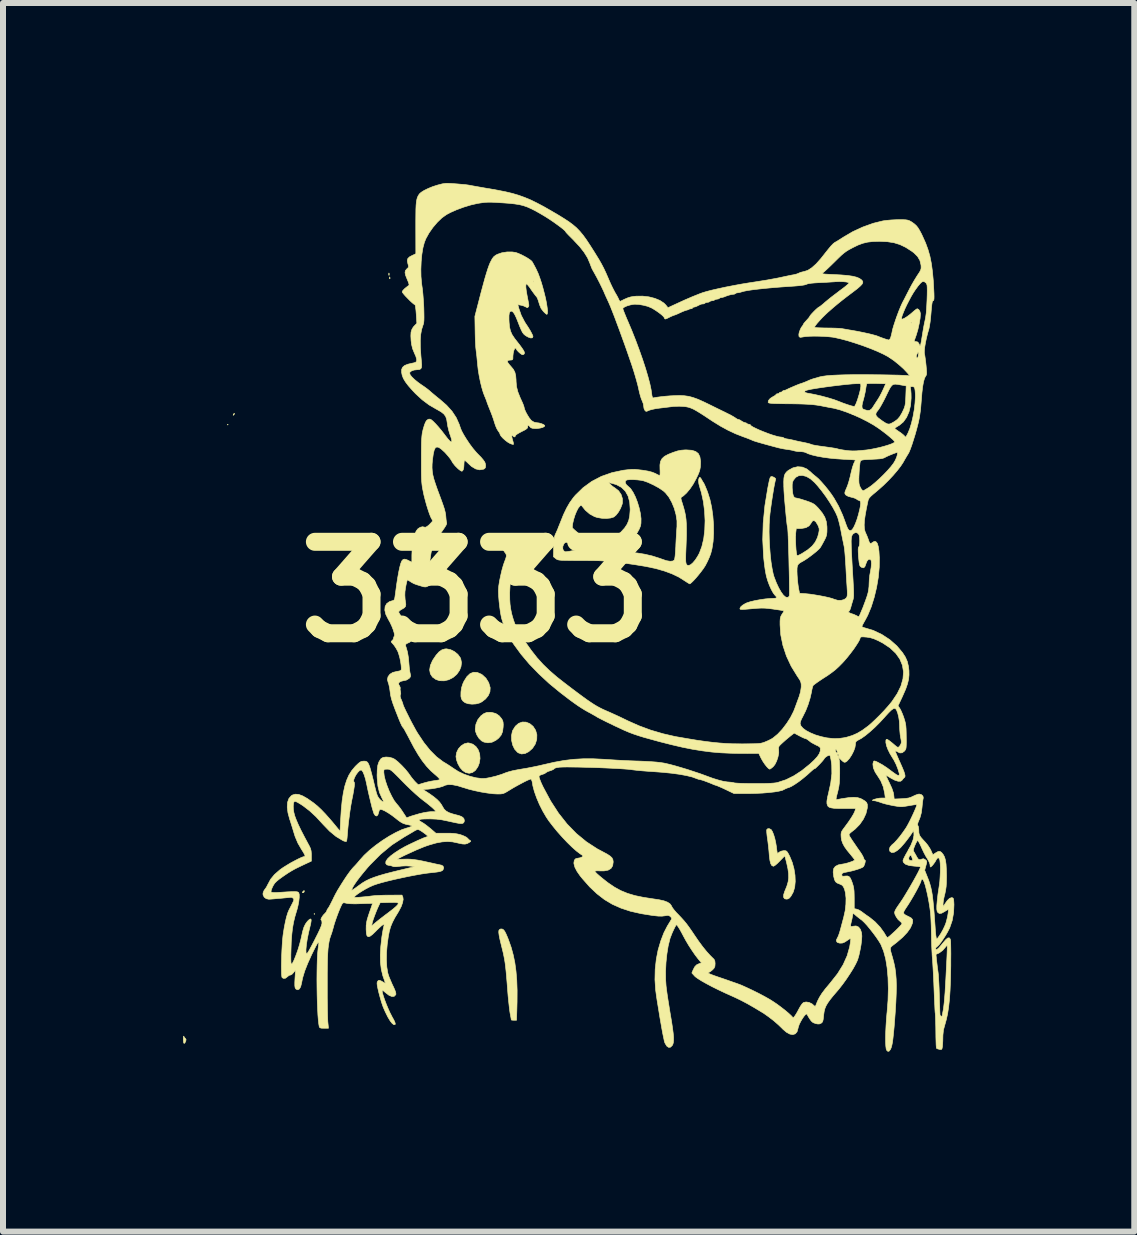
<source format=kicad_pcb>
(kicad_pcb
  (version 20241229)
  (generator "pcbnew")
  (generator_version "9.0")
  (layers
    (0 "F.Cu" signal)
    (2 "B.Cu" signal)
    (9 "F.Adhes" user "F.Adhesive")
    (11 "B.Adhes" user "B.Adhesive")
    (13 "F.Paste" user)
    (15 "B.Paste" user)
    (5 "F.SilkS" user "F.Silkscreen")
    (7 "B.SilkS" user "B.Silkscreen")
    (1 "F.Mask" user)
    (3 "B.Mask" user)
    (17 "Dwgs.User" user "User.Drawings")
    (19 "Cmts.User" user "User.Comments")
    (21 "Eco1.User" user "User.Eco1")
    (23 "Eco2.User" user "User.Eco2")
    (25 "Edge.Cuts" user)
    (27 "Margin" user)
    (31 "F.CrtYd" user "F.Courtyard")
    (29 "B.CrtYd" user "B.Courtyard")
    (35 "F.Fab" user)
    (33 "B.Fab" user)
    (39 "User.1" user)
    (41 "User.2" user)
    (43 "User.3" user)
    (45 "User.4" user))
  (footprint "3333"
    (layer "F.Cu")
    (at 4.883 6.814)
    (property "Reference" "3333" (at 0 0 0) (layer "F.SilkS") (effects (font (size 1.524 1.524) (thickness 0.3))))
    (attr through_hole)
    (fp_poly (pts (xy -4.131 -2.787) (xy -4.138 -2.781) (xy -4.144 -2.787) (xy -4.138 -2.794) (xy -4.131 -2.787)) (stroke (width 0.01) (type solid)) (fill yes) (layer "F.SilkS"))
    (fp_poly (pts (xy -2.687 5.367) (xy -2.694 5.374) (xy -2.7 5.367) (xy -2.694 5.361) (xy -2.687 5.367)) (stroke (width 0.01) (type solid)) (fill yes) (layer "F.SilkS"))
    (fp_poly (pts (xy -1.448 -5.311) (xy -1.447 -5.283) (xy -1.448 -5.277) (xy -1.453 -5.276) (xy -1.455 -5.294) (xy -1.453 -5.313) (xy -1.448 -5.311)) (stroke (width 0.01) (type solid)) (fill yes) (layer "F.SilkS"))
    (fp_poly (pts (xy -1.435 -5.243) (xy -1.433 -5.222) (xy -1.436 -5.217) (xy -1.442 -5.221) (xy -1.443 -5.235) (xy -1.439 -5.249) (xy -1.435 -5.243)) (stroke (width 0.01) (type solid)) (fill yes) (layer "F.SilkS"))
    (fp_poly (pts (xy -4.028 -2.961) (xy -4.036 -2.951) (xy -4.047 -2.942) (xy -4.044 -2.956) (xy -4.043 -2.958) (xy -4.032 -2.975) (xy -4.026 -2.975) (xy -4.028 -2.961)) (stroke (width 0.01) (type solid)) (fill yes) (layer "F.SilkS"))
    (fp_poly (pts (xy -2.861 4.99) (xy -2.871 5.01) (xy -2.883 5.013) (xy -2.896 5.009) (xy -2.893 5.003) (xy -2.874 4.983) (xy -2.871 4.98) (xy -2.863 4.978) (xy -2.861 4.99)) (stroke (width 0.01) (type solid)) (fill yes) (layer "F.SilkS"))
    (fp_poly (pts (xy -4.87 7.406) (xy -4.854 7.432) (xy -4.844 7.441) (xy -4.832 7.46) (xy -4.838 7.49) (xy -4.839 7.491) (xy -4.854 7.52) (xy -4.867 7.524) (xy -4.875 7.504) (xy -4.878 7.461) (xy -4.878 7.456) (xy -4.877 7.421) (xy -4.873 7.404) (xy -4.87 7.406)) (stroke (width 0.01) (type solid)) (fill yes) (layer "F.SilkS"))
    (fp_poly (pts (xy -0.118 2.518) (xy -0.053 2.538) (xy -0.001 2.578) (xy 0.038 2.634) (xy 0.061 2.702) (xy 0.067 2.777) (xy 0.054 2.855) (xy 0.032 2.912) (xy -0.009 2.973) (xy -0.059 3.01) (xy -0.114 3.023) (xy -0.171 3.011) (xy -0.222 2.978) (xy -0.266 2.928) (xy -0.302 2.864) (xy -0.326 2.797) (xy -0.334 2.742) (xy -0.323 2.677) (xy -0.294 2.616) (xy -0.25 2.567) (xy -0.197 2.532) (xy -0.14 2.517) (xy -0.118 2.518)) (stroke (width 0.01) (type solid)) (fill yes) (layer "F.SilkS"))
    (fp_poly (pts (xy 0.832 2.17) (xy 0.895 2.195) (xy 0.951 2.241) (xy 0.993 2.306) (xy 1.014 2.38) (xy 1.012 2.458) (xy 0.988 2.535) (xy 0.943 2.604) (xy 0.939 2.609) (xy 0.878 2.663) (xy 0.817 2.694) (xy 0.758 2.701) (xy 0.704 2.682) (xy 0.689 2.671) (xy 0.643 2.62) (xy 0.611 2.553) (xy 0.593 2.475) (xy 0.591 2.396) (xy 0.606 2.323) (xy 0.613 2.306) (xy 0.656 2.238) (xy 0.709 2.192) (xy 0.769 2.169) (xy 0.832 2.17)) (stroke (width 0.01) (type solid)) (fill yes) (layer "F.SilkS"))
    (fp_poly (pts (xy -0.426 0.962) (xy -0.361 0.994) (xy -0.303 1.041) (xy -0.263 1.096) (xy -0.255 1.114) (xy -0.242 1.179) (xy -0.251 1.248) (xy -0.275 1.308) (xy -0.321 1.374) (xy -0.383 1.427) (xy -0.455 1.464) (xy -0.531 1.482) (xy -0.607 1.48) (xy -0.668 1.46) (xy -0.726 1.419) (xy -0.761 1.365) (xy -0.773 1.3) (xy -0.761 1.226) (xy -0.726 1.146) (xy -0.717 1.131) (xy -0.665 1.054) (xy -0.617 1) (xy -0.569 0.966) (xy -0.519 0.951) (xy -0.492 0.949) (xy -0.426 0.962)) (stroke (width 0.01) (type solid)) (fill yes) (layer "F.SilkS"))
    (fp_poly (pts (xy 0.263 2.009) (xy 0.33 2.027) (xy 0.386 2.065) (xy 0.426 2.113) (xy 0.443 2.142) (xy 0.451 2.172) (xy 0.454 2.212) (xy 0.452 2.253) (xy 0.443 2.327) (xy 0.419 2.386) (xy 0.378 2.436) (xy 0.33 2.474) (xy 0.267 2.505) (xy 0.198 2.515) (xy 0.132 2.503) (xy 0.093 2.483) (xy 0.05 2.441) (xy 0.014 2.384) (xy -0.009 2.323) (xy -0.013 2.286) (xy -0.002 2.206) (xy 0.03 2.13) (xy 0.079 2.068) (xy 0.081 2.066) (xy 0.131 2.028) (xy 0.18 2.009) (xy 0.238 2.007) (xy 0.263 2.009)) (stroke (width 0.01) (type solid)) (fill yes) (layer "F.SilkS"))
    (fp_poly (pts (xy 0.02 1.342) (xy 0.087 1.371) (xy 0.102 1.38) (xy 0.165 1.438) (xy 0.211 1.512) (xy 0.236 1.596) (xy 0.236 1.6) (xy 0.232 1.664) (xy 0.205 1.727) (xy 0.159 1.784) (xy 0.097 1.832) (xy 0.057 1.852) (xy -0.001 1.867) (xy -0.067 1.871) (xy -0.13 1.864) (xy -0.181 1.847) (xy -0.183 1.846) (xy -0.22 1.817) (xy -0.242 1.784) (xy -0.252 1.74) (xy -0.251 1.677) (xy -0.251 1.668) (xy -0.241 1.597) (xy -0.22 1.532) (xy -0.199 1.486) (xy -0.151 1.411) (xy -0.099 1.362) (xy -0.042 1.339) (xy 0.02 1.342)) (stroke (width 0.01) (type solid)) (fill yes) (layer "F.SilkS"))
    (fp_poly (pts (xy 0.438 5.619) (xy 0.458 5.631) (xy 0.478 5.656) (xy 0.5 5.699) (xy 0.527 5.762) (xy 0.543 5.803) (xy 0.586 5.925) (xy 0.62 6.05) (xy 0.647 6.18) (xy 0.666 6.32) (xy 0.679 6.473) (xy 0.685 6.642) (xy 0.684 6.832) (xy 0.68 6.982) (xy 0.675 7.139) (xy 0.632 7.139) (xy 0.602 7.137) (xy 0.588 7.134) (xy 0.588 7.134) (xy 0.586 7.119) (xy 0.58 7.085) (xy 0.571 7.037) (xy 0.568 7.023) (xy 0.561 6.976) (xy 0.553 6.909) (xy 0.544 6.827) (xy 0.535 6.738) (xy 0.528 6.651) (xy 0.518 6.521) (xy 0.509 6.414) (xy 0.501 6.325) (xy 0.493 6.251) (xy 0.485 6.186) (xy 0.476 6.128) (xy 0.465 6.072) (xy 0.453 6.014) (xy 0.437 5.949) (xy 0.419 5.877) (xy 0.398 5.789) (xy 0.385 5.723) (xy 0.379 5.676) (xy 0.38 5.646) (xy 0.39 5.628) (xy 0.407 5.619) (xy 0.416 5.617) (xy 0.438 5.619)) (stroke (width 0.01) (type solid)) (fill yes) (layer "F.SilkS"))
    (fp_poly (pts (xy 4.891 3.947) (xy 4.919 3.963) (xy 4.923 3.967) (xy 4.941 3.998) (xy 4.961 4.049) (xy 4.98 4.112) (xy 4.995 4.181) (xy 5.006 4.247) (xy 5.008 4.266) (xy 5.014 4.312) (xy 5.019 4.345) (xy 5.024 4.358) (xy 5.024 4.358) (xy 5.038 4.35) (xy 5.055 4.336) (xy 5.085 4.321) (xy 5.124 4.313) (xy 5.13 4.313) (xy 5.154 4.313) (xy 5.172 4.319) (xy 5.188 4.335) (xy 5.206 4.365) (xy 5.23 4.412) (xy 5.27 4.509) (xy 5.299 4.615) (xy 5.316 4.722) (xy 5.32 4.826) (xy 5.311 4.92) (xy 5.288 4.999) (xy 5.281 5.013) (xy 5.251 5.067) (xy 5.224 5.101) (xy 5.197 5.117) (xy 5.172 5.12) (xy 5.142 5.114) (xy 5.127 5.091) (xy 5.125 5.086) (xy 5.127 5.045) (xy 5.146 4.986) (xy 5.151 4.976) (xy 5.181 4.901) (xy 5.201 4.833) (xy 5.21 4.767) (xy 5.209 4.696) (xy 5.198 4.615) (xy 5.177 4.518) (xy 5.159 4.448) (xy 5.146 4.398) (xy 5.062 4.485) (xy 5.023 4.524) (xy 4.988 4.554) (xy 4.963 4.57) (xy 4.956 4.572) (xy 4.931 4.562) (xy 4.912 4.531) (xy 4.898 4.477) (xy 4.888 4.399) (xy 4.887 4.385) (xy 4.881 4.312) (xy 4.872 4.227) (xy 4.862 4.145) (xy 4.858 4.119) (xy 4.85 4.06) (xy 4.845 4.009) (xy 4.844 3.974) (xy 4.845 3.962) (xy 4.863 3.946) (xy 4.891 3.947)) (stroke (width 0.01) (type solid)) (fill yes) (layer "F.SilkS"))
    (fp_poly (pts (xy 0.663 -5.656) (xy 0.705 -5.641) (xy 0.757 -5.618) (xy 0.813 -5.589) (xy 0.866 -5.558) (xy 0.907 -5.53) (xy 0.931 -5.509) (xy 0.931 -5.509) (xy 0.944 -5.488) (xy 0.965 -5.45) (xy 0.991 -5.401) (xy 1.008 -5.367) (xy 1.035 -5.308) (xy 1.062 -5.236) (xy 1.089 -5.155) (xy 1.114 -5.069) (xy 1.137 -4.981) (xy 1.158 -4.896) (xy 1.174 -4.816) (xy 1.185 -4.745) (xy 1.192 -4.688) (xy 1.191 -4.647) (xy 1.184 -4.627) (xy 1.179 -4.625) (xy 1.165 -4.634) (xy 1.139 -4.657) (xy 1.121 -4.676) (xy 1.085 -4.723) (xy 1.06 -4.783) (xy 1.05 -4.815) (xy 1.035 -4.863) (xy 1.02 -4.902) (xy 1.006 -4.922) (xy 0.99 -4.94) (xy 0.964 -4.975) (xy 0.932 -5.019) (xy 0.92 -5.036) (xy 0.89 -5.08) (xy 0.863 -5.113) (xy 0.846 -5.132) (xy 0.842 -5.133) (xy 0.832 -5.121) (xy 0.83 -5.083) (xy 0.837 -5.021) (xy 0.852 -4.934) (xy 0.856 -4.915) (xy 0.868 -4.852) (xy 0.876 -4.81) (xy 0.88 -4.784) (xy 0.88 -4.768) (xy 0.877 -4.758) (xy 0.871 -4.748) (xy 0.87 -4.748) (xy 0.858 -4.737) (xy 0.839 -4.743) (xy 0.827 -4.75) (xy 0.792 -4.766) (xy 0.749 -4.778) (xy 0.746 -4.778) (xy 0.697 -4.787) (xy 0.714 -4.723) (xy 0.754 -4.608) (xy 0.81 -4.501) (xy 0.826 -4.475) (xy 0.866 -4.415) (xy 0.901 -4.358) (xy 0.928 -4.308) (xy 0.945 -4.272) (xy 0.949 -4.257) (xy 0.94 -4.235) (xy 0.913 -4.231) (xy 0.872 -4.245) (xy 0.849 -4.257) (xy 0.819 -4.276) (xy 0.795 -4.297) (xy 0.774 -4.325) (xy 0.754 -4.365) (xy 0.73 -4.42) (xy 0.702 -4.492) (xy 0.671 -4.569) (xy 0.645 -4.623) (xy 0.623 -4.657) (xy 0.603 -4.675) (xy 0.587 -4.679) (xy 0.568 -4.672) (xy 0.555 -4.648) (xy 0.549 -4.605) (xy 0.549 -4.54) (xy 0.551 -4.494) (xy 0.559 -4.412) (xy 0.575 -4.346) (xy 0.601 -4.287) (xy 0.643 -4.224) (xy 0.665 -4.196) (xy 0.723 -4.122) (xy 0.764 -4.066) (xy 0.792 -4.024) (xy 0.806 -3.995) (xy 0.807 -3.975) (xy 0.798 -3.961) (xy 0.78 -3.952) (xy 0.762 -3.957) (xy 0.735 -3.976) (xy 0.705 -4.003) (xy 0.681 -4.03) (xy 0.669 -4.052) (xy 0.668 -4.054) (xy 0.658 -4.064) (xy 0.656 -4.064) (xy 0.643 -4.052) (xy 0.63 -4.021) (xy 0.62 -3.978) (xy 0.615 -3.93) (xy 0.615 -3.922) (xy 0.614 -3.885) (xy 0.607 -3.869) (xy 0.587 -3.864) (xy 0.568 -3.863) (xy 0.535 -3.859) (xy 0.523 -3.845) (xy 0.531 -3.82) (xy 0.56 -3.782) (xy 0.583 -3.756) (xy 0.622 -3.709) (xy 0.647 -3.662) (xy 0.661 -3.606) (xy 0.667 -3.535) (xy 0.668 -3.502) (xy 0.675 -3.421) (xy 0.697 -3.334) (xy 0.736 -3.236) (xy 0.756 -3.192) (xy 0.778 -3.144) (xy 0.794 -3.102) (xy 0.802 -3.075) (xy 0.802 -3.072) (xy 0.81 -3.042) (xy 0.829 -2.998) (xy 0.856 -2.949) (xy 0.885 -2.902) (xy 0.914 -2.865) (xy 0.926 -2.853) (xy 0.966 -2.829) (xy 1.007 -2.82) (xy 1.049 -2.815) (xy 1.092 -2.803) (xy 1.127 -2.788) (xy 1.145 -2.773) (xy 1.146 -2.772) (xy 1.139 -2.756) (xy 1.111 -2.741) (xy 1.07 -2.73) (xy 1.021 -2.723) (xy 0.99 -2.722) (xy 0.943 -2.726) (xy 0.915 -2.735) (xy 0.898 -2.752) (xy 0.877 -2.777) (xy 0.865 -2.776) (xy 0.861 -2.751) (xy 0.858 -2.733) (xy 0.842 -2.717) (xy 0.811 -2.697) (xy 0.759 -2.671) (xy 0.759 -2.671) (xy 0.707 -2.643) (xy 0.671 -2.62) (xy 0.655 -2.602) (xy 0.655 -2.6) (xy 0.648 -2.582) (xy 0.63 -2.586) (xy 0.618 -2.596) (xy 0.601 -2.607) (xy 0.595 -2.595) (xy 0.602 -2.558) (xy 0.609 -2.533) (xy 0.62 -2.494) (xy 0.625 -2.466) (xy 0.625 -2.459) (xy 0.612 -2.458) (xy 0.583 -2.467) (xy 0.566 -2.474) (xy 0.529 -2.495) (xy 0.488 -2.526) (xy 0.449 -2.561) (xy 0.418 -2.595) (xy 0.402 -2.621) (xy 0.401 -2.627) (xy 0.393 -2.648) (xy 0.373 -2.678) (xy 0.368 -2.684) (xy 0.348 -2.717) (xy 0.327 -2.765) (xy 0.31 -2.815) (xy 0.292 -2.873) (xy 0.268 -2.942) (xy 0.242 -3.009) (xy 0.237 -3.021) (xy 0.215 -3.076) (xy 0.196 -3.125) (xy 0.183 -3.16) (xy 0.181 -3.168) (xy 0.169 -3.201) (xy 0.152 -3.244) (xy 0.144 -3.261) (xy 0.12 -3.325) (xy 0.095 -3.409) (xy 0.072 -3.504) (xy 0.052 -3.604) (xy 0.036 -3.701) (xy 0.027 -3.783) (xy 0.02 -3.856) (xy 0.013 -3.929) (xy 0.005 -3.994) (xy 0.001 -4.027) (xy -0.004 -4.071) (xy -0.008 -4.135) (xy -0.012 -4.212) (xy -0.014 -4.296) (xy -0.015 -4.354) (xy -0.019 -4.592) (xy 0.045 -4.839) (xy 0.084 -4.99) (xy 0.118 -5.116) (xy 0.134 -5.174) (xy 0.949 -5.174) (xy 0.954 -5.163) (xy 0.958 -5.165) (xy 0.96 -5.181) (xy 0.958 -5.182) (xy 0.95 -5.181) (xy 0.949 -5.174) (xy 0.134 -5.174) (xy 0.147 -5.222) (xy 0.173 -5.309) (xy 0.195 -5.379) (xy 0.215 -5.436) (xy 0.233 -5.481) (xy 0.245 -5.505) (xy 0.271 -5.554) (xy 0.296 -5.586) (xy 0.327 -5.61) (xy 0.354 -5.625) (xy 0.429 -5.651) (xy 0.516 -5.665) (xy 0.604 -5.665) (xy 0.663 -5.656)) (stroke (width 0.01) (type solid)) (fill yes) (layer "F.SilkS"))
    (fp_poly (pts (xy 3.596 -2.36) (xy 3.66 -2.34) (xy 3.705 -2.305) (xy 3.731 -2.251) (xy 3.742 -2.178) (xy 3.741 -2.127) (xy 3.738 -2.079) (xy 3.731 -2.039) (xy 3.719 -1.999) (xy 3.699 -1.95) (xy 3.668 -1.886) (xy 3.667 -1.884) (xy 3.619 -1.796) (xy 3.565 -1.716) (xy 3.509 -1.649) (xy 3.456 -1.6) (xy 3.431 -1.584) (xy 3.42 -1.576) (xy 3.415 -1.564) (xy 3.418 -1.542) (xy 3.429 -1.505) (xy 3.44 -1.47) (xy 3.461 -1.401) (xy 3.478 -1.337) (xy 3.491 -1.274) (xy 3.5 -1.208) (xy 3.505 -1.134) (xy 3.507 -1.05) (xy 3.507 -0.95) (xy 3.503 -0.831) (xy 3.499 -0.724) (xy 3.495 -0.63) (xy 3.494 -0.559) (xy 3.495 -0.509) (xy 3.5 -0.475) (xy 3.509 -0.455) (xy 3.522 -0.444) (xy 3.54 -0.441) (xy 3.546 -0.441) (xy 3.577 -0.453) (xy 3.614 -0.485) (xy 3.654 -0.532) (xy 3.693 -0.592) (xy 3.722 -0.645) (xy 3.764 -0.757) (xy 3.795 -0.888) (xy 3.812 -1.033) (xy 3.817 -1.187) (xy 3.809 -1.345) (xy 3.789 -1.503) (xy 3.756 -1.654) (xy 3.734 -1.727) (xy 3.714 -1.8) (xy 3.708 -1.852) (xy 3.71 -1.871) (xy 3.72 -1.903) (xy 3.733 -1.909) (xy 3.75 -1.888) (xy 3.758 -1.875) (xy 3.773 -1.847) (xy 3.783 -1.831) (xy 3.798 -1.808) (xy 3.82 -1.76) (xy 3.85 -1.687) (xy 3.861 -1.658) (xy 3.898 -1.541) (xy 3.927 -1.409) (xy 3.947 -1.266) (xy 3.958 -1.12) (xy 3.959 -0.975) (xy 3.951 -0.839) (xy 3.932 -0.717) (xy 3.912 -0.639) (xy 3.888 -0.576) (xy 3.856 -0.505) (xy 3.822 -0.439) (xy 3.817 -0.431) (xy 3.788 -0.387) (xy 3.75 -0.336) (xy 3.708 -0.283) (xy 3.665 -0.232) (xy 3.625 -0.188) (xy 3.591 -0.155) (xy 3.568 -0.136) (xy 3.561 -0.134) (xy 3.545 -0.142) (xy 3.514 -0.161) (xy 3.482 -0.182) (xy 3.381 -0.246) (xy 3.266 -0.301) (xy 3.136 -0.349) (xy 2.988 -0.391) (xy 2.819 -0.426) (xy 2.647 -0.454) (xy 2.516 -0.473) (xy 2.407 -0.488) (xy 2.312 -0.5) (xy 2.227 -0.508) (xy 2.145 -0.514) (xy 2.062 -0.519) (xy 1.972 -0.521) (xy 1.869 -0.522) (xy 1.747 -0.523) (xy 1.745 -0.523) (xy 1.635 -0.523) (xy 1.548 -0.524) (xy 1.481 -0.525) (xy 1.432 -0.526) (xy 1.397 -0.529) (xy 1.372 -0.533) (xy 1.355 -0.538) (xy 1.342 -0.545) (xy 1.33 -0.554) (xy 1.329 -0.555) (xy 1.29 -0.586) (xy 1.293 -0.72) (xy 1.445 -0.72) (xy 1.458 -0.687) (xy 1.484 -0.67) (xy 1.495 -0.668) (xy 1.517 -0.671) (xy 1.557 -0.677) (xy 1.609 -0.687) (xy 1.633 -0.691) (xy 1.685 -0.703) (xy 1.686 -0.703) (xy 2.397 -0.703) (xy 2.414 -0.688) (xy 2.451 -0.674) (xy 2.501 -0.663) (xy 2.557 -0.657) (xy 2.58 -0.656) (xy 2.689 -0.648) (xy 2.811 -0.628) (xy 2.936 -0.599) (xy 3.053 -0.562) (xy 3.095 -0.547) (xy 3.173 -0.52) (xy 3.235 -0.51) (xy 3.281 -0.515) (xy 3.303 -0.529) (xy 3.311 -0.551) (xy 3.318 -0.597) (xy 3.324 -0.669) (xy 3.33 -0.765) (xy 3.33 -0.779) (xy 3.334 -0.861) (xy 3.339 -0.941) (xy 3.343 -1.012) (xy 3.347 -1.066) (xy 3.349 -1.089) (xy 3.349 -1.185) (xy 3.333 -1.288) (xy 3.304 -1.393) (xy 3.263 -1.492) (xy 3.214 -1.58) (xy 3.157 -1.651) (xy 3.122 -1.683) (xy 3.046 -1.734) (xy 2.956 -1.783) (xy 2.865 -1.825) (xy 2.795 -1.85) (xy 2.747 -1.86) (xy 2.688 -1.867) (xy 2.625 -1.871) (xy 2.567 -1.871) (xy 2.522 -1.867) (xy 2.508 -1.863) (xy 2.488 -1.845) (xy 2.488 -1.817) (xy 2.506 -1.785) (xy 2.533 -1.761) (xy 2.576 -1.722) (xy 2.617 -1.66) (xy 2.656 -1.583) (xy 2.69 -1.495) (xy 2.718 -1.402) (xy 2.739 -1.309) (xy 2.75 -1.221) (xy 2.749 -1.145) (xy 2.742 -1.101) (xy 2.722 -1.051) (xy 2.689 -0.99) (xy 2.647 -0.925) (xy 2.602 -0.866) (xy 2.56 -0.819) (xy 2.545 -0.806) (xy 2.502 -0.775) (xy 2.456 -0.748) (xy 2.442 -0.741) (xy 2.412 -0.723) (xy 2.397 -0.707) (xy 2.397 -0.703) (xy 1.686 -0.703) (xy 1.726 -0.714) (xy 1.748 -0.724) (xy 1.751 -0.728) (xy 1.74 -0.741) (xy 1.709 -0.758) (xy 1.667 -0.778) (xy 1.619 -0.798) (xy 1.572 -0.814) (xy 1.536 -0.823) (xy 1.5 -0.826) (xy 1.478 -0.816) (xy 1.465 -0.8) (xy 1.447 -0.76) (xy 1.445 -0.72) (xy 1.293 -0.72) (xy 1.294 -0.749) (xy 1.297 -0.825) (xy 1.301 -0.88) (xy 1.308 -0.92) (xy 1.318 -0.95) (xy 1.323 -0.961) (xy 1.338 -0.993) (xy 1.36 -1.043) (xy 1.372 -1.073) (xy 1.604 -1.073) (xy 1.614 -1.059) (xy 1.64 -1.034) (xy 1.677 -1.002) (xy 1.719 -0.968) (xy 1.761 -0.937) (xy 1.797 -0.913) (xy 1.805 -0.908) (xy 1.855 -0.89) (xy 1.925 -0.88) (xy 2.007 -0.877) (xy 2.096 -0.881) (xy 2.186 -0.893) (xy 2.239 -0.904) (xy 2.331 -0.937) (xy 2.41 -0.992) (xy 2.476 -1.064) (xy 2.518 -1.127) (xy 2.545 -1.191) (xy 2.561 -1.265) (xy 2.568 -1.355) (xy 2.569 -1.377) (xy 2.561 -1.497) (xy 2.534 -1.597) (xy 2.489 -1.678) (xy 2.424 -1.742) (xy 2.34 -1.787) (xy 2.259 -1.811) (xy 2.212 -1.821) (xy 2.243 -1.788) (xy 2.278 -1.757) (xy 2.317 -1.731) (xy 2.376 -1.685) (xy 2.418 -1.623) (xy 2.44 -1.553) (xy 2.44 -1.48) (xy 2.433 -1.455) (xy 2.408 -1.391) (xy 2.374 -1.331) (xy 2.335 -1.281) (xy 2.298 -1.249) (xy 2.294 -1.247) (xy 2.242 -1.231) (xy 2.173 -1.224) (xy 2.097 -1.227) (xy 2.023 -1.239) (xy 1.974 -1.255) (xy 1.894 -1.299) (xy 1.821 -1.362) (xy 1.776 -1.418) (xy 1.759 -1.439) (xy 1.744 -1.44) (xy 1.732 -1.431) (xy 1.704 -1.397) (xy 1.676 -1.344) (xy 1.649 -1.278) (xy 1.627 -1.207) (xy 1.611 -1.138) (xy 1.604 -1.078) (xy 1.604 -1.073) (xy 1.372 -1.073) (xy 1.384 -1.104) (xy 1.405 -1.156) (xy 1.457 -1.286) (xy 1.509 -1.395) (xy 1.562 -1.487) (xy 1.62 -1.568) (xy 1.655 -1.61) (xy 1.784 -1.736) (xy 1.928 -1.841) (xy 2.089 -1.925) (xy 2.265 -1.987) (xy 2.453 -2.027) (xy 2.52 -2.035) (xy 2.586 -2.041) (xy 2.641 -2.042) (xy 2.66 -2.041) (xy 2.775 -2.028) (xy 2.866 -2.013) (xy 2.935 -1.995) (xy 2.987 -1.974) (xy 2.991 -1.972) (xy 3.027 -1.953) (xy 3.054 -1.941) (xy 3.062 -1.938) (xy 3.066 -1.951) (xy 3.068 -1.983) (xy 3.067 -2.03) (xy 3.066 -2.042) (xy 3.065 -2.116) (xy 3.075 -2.175) (xy 3.1 -2.221) (xy 3.141 -2.259) (xy 3.203 -2.292) (xy 3.288 -2.326) (xy 3.289 -2.326) (xy 3.359 -2.349) (xy 3.42 -2.361) (xy 3.483 -2.366) (xy 3.509 -2.366) (xy 3.596 -2.36)) (stroke (width 0.01) (type solid)) (fill yes) (layer "F.SilkS"))
    (fp_poly (pts (xy -0.427 -6.807) (xy -0.367 -6.803) (xy -0.301 -6.798) (xy -0.235 -6.792) (xy -0.177 -6.787) (xy -0.133 -6.781) (xy -0.114 -6.778) (xy -0.084 -6.772) (xy -0.034 -6.763) (xy 0.034 -6.751) (xy 0.113 -6.737) (xy 0.199 -6.722) (xy 0.221 -6.719) (xy 0.365 -6.693) (xy 0.492 -6.668) (xy 0.605 -6.641) (xy 0.71 -6.61) (xy 0.81 -6.574) (xy 0.911 -6.532) (xy 1.017 -6.48) (xy 1.132 -6.419) (xy 1.261 -6.345) (xy 1.377 -6.277) (xy 1.469 -6.22) (xy 1.547 -6.169) (xy 1.614 -6.119) (xy 1.674 -6.068) (xy 1.729 -6.011) (xy 1.784 -5.945) (xy 1.84 -5.868) (xy 1.902 -5.774) (xy 1.973 -5.662) (xy 1.996 -5.625) (xy 2.05 -5.537) (xy 2.092 -5.463) (xy 2.128 -5.394) (xy 2.163 -5.32) (xy 2.2 -5.235) (xy 2.215 -5.2) (xy 2.244 -5.134) (xy 2.275 -5.069) (xy 2.304 -5.013) (xy 2.319 -4.985) (xy 2.346 -4.94) (xy 2.368 -4.898) (xy 2.379 -4.874) (xy 2.392 -4.849) (xy 2.403 -4.842) (xy 2.474 -4.877) (xy 2.53 -4.901) (xy 2.58 -4.916) (xy 2.63 -4.924) (xy 2.669 -4.928) (xy 2.776 -4.929) (xy 2.881 -4.917) (xy 2.979 -4.892) (xy 3.064 -4.857) (xy 3.131 -4.813) (xy 3.162 -4.782) (xy 3.199 -4.736) (xy 3.307 -4.786) (xy 3.468 -4.86) (xy 3.607 -4.92) (xy 3.727 -4.968) (xy 3.773 -4.985) (xy 3.839 -5.005) (xy 3.927 -5.028) (xy 4.032 -5.052) (xy 4.152 -5.078) (xy 4.28 -5.103) (xy 4.414 -5.128) (xy 4.548 -5.15) (xy 4.659 -5.167) (xy 4.753 -5.182) (xy 4.853 -5.198) (xy 4.951 -5.216) (xy 5.036 -5.232) (xy 5.073 -5.24) (xy 5.143 -5.255) (xy 5.209 -5.269) (xy 5.263 -5.28) (xy 5.298 -5.286) (xy 5.301 -5.287) (xy 5.342 -5.297) (xy 5.376 -5.31) (xy 5.381 -5.313) (xy 5.41 -5.325) (xy 5.453 -5.336) (xy 5.471 -5.34) (xy 5.53 -5.359) (xy 5.596 -5.402) (xy 5.669 -5.467) (xy 5.749 -5.557) (xy 5.82 -5.647) (xy 5.871 -5.711) (xy 5.916 -5.765) (xy 5.954 -5.804) (xy 5.98 -5.824) (xy 5.98 -5.824) (xy 6.011 -5.841) (xy 6.056 -5.869) (xy 6.106 -5.901) (xy 6.123 -5.912) (xy 6.278 -6.003) (xy 6.447 -6.081) (xy 6.62 -6.143) (xy 6.782 -6.183) (xy 6.841 -6.191) (xy 6.915 -6.198) (xy 6.994 -6.202) (xy 7.044 -6.203) (xy 7.112 -6.203) (xy 7.159 -6.201) (xy 7.192 -6.196) (xy 7.218 -6.188) (xy 7.243 -6.175) (xy 7.26 -6.165) (xy 7.301 -6.136) (xy 7.334 -6.107) (xy 7.363 -6.072) (xy 7.392 -6.025) (xy 7.425 -5.963) (xy 7.444 -5.922) (xy 7.493 -5.813) (xy 7.532 -5.706) (xy 7.564 -5.595) (xy 7.588 -5.475) (xy 7.606 -5.343) (xy 7.62 -5.193) (xy 7.628 -5.05) (xy 7.632 -4.972) (xy 7.633 -4.918) (xy 7.632 -4.882) (xy 7.628 -4.862) (xy 7.623 -4.854) (xy 7.618 -4.853) (xy 7.61 -4.847) (xy 7.603 -4.829) (xy 7.597 -4.795) (xy 7.591 -4.741) (xy 7.584 -4.664) (xy 7.583 -4.649) (xy 7.576 -4.572) (xy 7.568 -4.498) (xy 7.558 -4.435) (xy 7.549 -4.389) (xy 7.546 -4.378) (xy 7.525 -4.306) (xy 7.506 -4.229) (xy 7.49 -4.152) (xy 7.478 -4.082) (xy 7.472 -4.023) (xy 7.471 -3.982) (xy 7.473 -3.971) (xy 7.479 -3.941) (xy 7.486 -3.892) (xy 7.494 -3.831) (xy 7.5 -3.775) (xy 7.506 -3.707) (xy 7.509 -3.661) (xy 7.508 -3.631) (xy 7.504 -3.612) (xy 7.495 -3.598) (xy 7.494 -3.597) (xy 7.475 -3.562) (xy 7.458 -3.503) (xy 7.443 -3.42) (xy 7.431 -3.317) (xy 7.421 -3.194) (xy 7.42 -3.182) (xy 7.408 -3.036) (xy 7.39 -2.91) (xy 7.373 -2.827) (xy 7.348 -2.73) (xy 7.321 -2.632) (xy 7.292 -2.539) (xy 7.265 -2.454) (xy 7.239 -2.382) (xy 7.217 -2.328) (xy 7.201 -2.299) (xy 7.179 -2.264) (xy 7.151 -2.216) (xy 7.121 -2.164) (xy 7.119 -2.159) (xy 7.078 -2.097) (xy 7.021 -2.023) (xy 6.951 -1.941) (xy 6.873 -1.858) (xy 6.792 -1.778) (xy 6.71 -1.705) (xy 6.673 -1.673) (xy 6.616 -1.626) (xy 6.577 -1.591) (xy 6.552 -1.563) (xy 6.539 -1.539) (xy 6.534 -1.524) (xy 6.506 -1.391) (xy 6.486 -1.28) (xy 6.473 -1.19) (xy 6.469 -1.116) (xy 6.472 -1.057) (xy 6.482 -1.01) (xy 6.493 -0.983) (xy 6.515 -0.934) (xy 6.534 -0.884) (xy 6.537 -0.876) (xy 6.553 -0.831) (xy 6.568 -0.809) (xy 6.585 -0.808) (xy 6.601 -0.82) (xy 6.635 -0.841) (xy 6.663 -0.838) (xy 6.686 -0.811) (xy 6.703 -0.758) (xy 6.715 -0.68) (xy 6.721 -0.577) (xy 6.722 -0.571) (xy 6.72 -0.411) (xy 6.704 -0.242) (xy 6.675 -0.072) (xy 6.635 0.094) (xy 6.586 0.25) (xy 6.528 0.39) (xy 6.484 0.473) (xy 6.459 0.517) (xy 6.44 0.553) (xy 6.431 0.574) (xy 6.43 0.576) (xy 6.442 0.587) (xy 6.467 0.596) (xy 6.618 0.641) (xy 6.762 0.709) (xy 6.895 0.796) (xy 7.012 0.899) (xy 7.106 1.01) (xy 7.155 1.086) (xy 7.187 1.159) (xy 7.206 1.239) (xy 7.215 1.312) (xy 7.216 1.385) (xy 7.209 1.457) (xy 7.19 1.534) (xy 7.16 1.621) (xy 7.115 1.723) (xy 7.104 1.748) (xy 7.033 1.899) (xy 7.064 1.944) (xy 7.082 1.978) (xy 7.104 2.028) (xy 7.126 2.085) (xy 7.131 2.101) (xy 7.146 2.148) (xy 7.156 2.189) (xy 7.163 2.231) (xy 7.167 2.282) (xy 7.169 2.346) (xy 7.17 2.415) (xy 7.171 2.493) (xy 7.17 2.549) (xy 7.168 2.587) (xy 7.164 2.613) (xy 7.157 2.63) (xy 7.147 2.644) (xy 7.14 2.653) (xy 7.102 2.681) (xy 7.064 2.684) (xy 7.024 2.665) (xy 6.999 2.651) (xy 6.986 2.649) (xy 6.989 2.662) (xy 7.002 2.695) (xy 7.023 2.744) (xy 7.049 2.804) (xy 7.066 2.841) (xy 7.103 2.925) (xy 7.129 2.988) (xy 7.144 3.033) (xy 7.15 3.065) (xy 7.147 3.085) (xy 7.135 3.097) (xy 7.135 3.097) (xy 7.115 3.117) (xy 7.103 3.135) (xy 7.077 3.155) (xy 7.035 3.156) (xy 6.979 3.138) (xy 6.918 3.106) (xy 6.877 3.081) (xy 6.846 3.062) (xy 6.83 3.053) (xy 6.83 3.053) (xy 6.832 3.062) (xy 6.845 3.091) (xy 6.865 3.134) (xy 6.887 3.179) (xy 6.93 3.272) (xy 6.955 3.347) (xy 6.961 3.38) (xy 6.969 3.452) (xy 7.092 3.447) (xy 7.159 3.442) (xy 7.208 3.435) (xy 7.249 3.422) (xy 7.285 3.405) (xy 7.329 3.385) (xy 7.368 3.372) (xy 7.386 3.369) (xy 7.423 3.379) (xy 7.448 3.403) (xy 7.454 3.434) (xy 7.452 3.441) (xy 7.447 3.467) (xy 7.441 3.511) (xy 7.435 3.566) (xy 7.433 3.589) (xy 7.421 3.682) (xy 7.4 3.759) (xy 7.386 3.794) (xy 7.366 3.843) (xy 7.358 3.874) (xy 7.362 3.891) (xy 7.364 3.894) (xy 7.373 3.915) (xy 7.378 3.953) (xy 7.379 3.978) (xy 7.38 4.012) (xy 7.386 4.04) (xy 7.398 4.067) (xy 7.421 4.099) (xy 7.458 4.14) (xy 7.49 4.174) (xy 7.529 4.222) (xy 7.564 4.276) (xy 7.582 4.31) (xy 7.613 4.381) (xy 7.664 4.347) (xy 7.702 4.326) (xy 7.732 4.325) (xy 7.759 4.343) (xy 7.79 4.383) (xy 7.809 4.421) (xy 7.823 4.471) (xy 7.833 4.537) (xy 7.838 4.622) (xy 7.841 4.731) (xy 7.841 4.752) (xy 7.839 4.84) (xy 7.835 4.91) (xy 7.826 4.972) (xy 7.813 5.036) (xy 7.809 5.048) (xy 7.796 5.106) (xy 7.787 5.159) (xy 7.783 5.198) (xy 7.783 5.209) (xy 7.788 5.247) (xy 7.814 5.201) (xy 7.854 5.143) (xy 7.892 5.107) (xy 7.927 5.095) (xy 7.931 5.096) (xy 7.946 5.1) (xy 7.955 5.111) (xy 7.96 5.133) (xy 7.963 5.174) (xy 7.965 5.212) (xy 7.959 5.345) (xy 7.936 5.476) (xy 7.895 5.595) (xy 7.888 5.61) (xy 7.86 5.665) (xy 7.826 5.724) (xy 7.788 5.783) (xy 7.751 5.837) (xy 7.718 5.879) (xy 7.692 5.905) (xy 7.687 5.909) (xy 7.665 5.928) (xy 7.66 5.943) (xy 7.666 5.961) (xy 7.683 5.958) (xy 7.712 5.933) (xy 7.753 5.886) (xy 7.786 5.845) (xy 7.829 5.795) (xy 7.862 5.768) (xy 7.886 5.765) (xy 7.902 5.784) (xy 7.908 5.807) (xy 7.91 5.832) (xy 7.911 5.879) (xy 7.912 5.946) (xy 7.913 6.029) (xy 7.912 6.124) (xy 7.912 6.228) (xy 7.911 6.285) (xy 7.907 6.477) (xy 7.9 6.645) (xy 7.89 6.791) (xy 7.876 6.919) (xy 7.859 7.031) (xy 7.837 7.13) (xy 7.813 7.216) (xy 7.79 7.3) (xy 7.781 7.386) (xy 7.78 7.423) (xy 7.779 7.482) (xy 7.776 7.537) (xy 7.773 7.578) (xy 7.772 7.583) (xy 7.765 7.615) (xy 7.753 7.627) (xy 7.729 7.625) (xy 7.722 7.624) (xy 7.691 7.615) (xy 7.673 7.605) (xy 7.673 7.605) (xy 7.671 7.589) (xy 7.668 7.55) (xy 7.666 7.493) (xy 7.664 7.423) (xy 7.663 7.343) (xy 7.663 7.336) (xy 7.662 7.253) (xy 7.66 7.175) (xy 7.658 7.109) (xy 7.656 7.06) (xy 7.654 7.032) (xy 7.651 7.006) (xy 7.648 6.958) (xy 7.645 6.891) (xy 7.641 6.809) (xy 7.637 6.718) (xy 7.633 6.624) (xy 7.629 6.519) (xy 7.624 6.415) (xy 7.619 6.317) (xy 7.614 6.231) (xy 7.61 6.161) (xy 7.607 6.123) (xy 7.602 6.067) (xy 7.601 6.041) (xy 7.665 6.041) (xy 7.675 6.139) (xy 7.683 6.206) (xy 7.692 6.281) (xy 7.7 6.337) (xy 7.705 6.38) (xy 7.709 6.445) (xy 7.714 6.525) (xy 7.718 6.615) (xy 7.721 6.709) (xy 7.722 6.738) (xy 7.724 6.825) (xy 7.727 6.904) (xy 7.729 6.971) (xy 7.731 7.021) (xy 7.733 7.05) (xy 7.734 7.055) (xy 7.746 7.068) (xy 7.761 7.073) (xy 7.768 7.069) (xy 7.77 7.055) (xy 7.776 7.021) (xy 7.785 6.974) (xy 7.788 6.958) (xy 7.795 6.908) (xy 7.803 6.839) (xy 7.81 6.757) (xy 7.817 6.67) (xy 7.82 6.611) (xy 7.83 6.443) (xy 7.837 6.301) (xy 7.843 6.183) (xy 7.848 6.087) (xy 7.851 6.012) (xy 7.853 5.957) (xy 7.854 5.92) (xy 7.853 5.9) (xy 7.852 5.895) (xy 7.84 5.9) (xy 7.827 5.916) (xy 7.777 5.974) (xy 7.722 6.015) (xy 7.706 6.023) (xy 7.665 6.041) (xy 7.601 6.041) (xy 7.598 5.99) (xy 7.594 5.9) (xy 7.591 5.802) (xy 7.589 5.702) (xy 7.588 5.675) (xy 7.586 5.563) (xy 7.582 5.471) (xy 7.578 5.393) (xy 7.571 5.323) (xy 7.562 5.255) (xy 7.55 5.182) (xy 7.549 5.174) (xy 7.528 5.064) (xy 7.507 4.97) (xy 7.487 4.892) (xy 7.468 4.834) (xy 7.451 4.798) (xy 7.437 4.786) (xy 7.422 4.797) (xy 7.419 4.806) (xy 7.413 4.83) (xy 7.395 4.871) (xy 7.367 4.927) (xy 7.333 4.991) (xy 7.295 5.059) (xy 7.255 5.127) (xy 7.216 5.191) (xy 7.194 5.225) (xy 7.156 5.282) (xy 7.133 5.321) (xy 7.125 5.348) (xy 7.134 5.368) (xy 7.159 5.386) (xy 7.201 5.407) (xy 7.214 5.413) (xy 7.256 5.437) (xy 7.276 5.464) (xy 7.277 5.499) (xy 7.27 5.529) (xy 7.24 5.599) (xy 7.187 5.674) (xy 7.111 5.755) (xy 7.01 5.842) (xy 6.967 5.875) (xy 6.937 5.898) (xy 6.917 5.916) (xy 6.907 5.935) (xy 6.906 5.96) (xy 6.913 5.997) (xy 6.928 6.05) (xy 6.942 6.097) (xy 6.964 6.181) (xy 6.982 6.266) (xy 6.994 6.356) (xy 7.002 6.455) (xy 7.005 6.565) (xy 7.003 6.69) (xy 6.997 6.833) (xy 6.987 6.998) (xy 6.978 7.12) (xy 6.968 7.249) (xy 6.958 7.353) (xy 6.949 7.437) (xy 6.941 7.502) (xy 6.931 7.552) (xy 6.921 7.59) (xy 6.91 7.618) (xy 6.903 7.63) (xy 6.882 7.655) (xy 6.862 7.656) (xy 6.843 7.638) (xy 6.835 7.614) (xy 6.829 7.567) (xy 6.826 7.501) (xy 6.826 7.419) (xy 6.828 7.326) (xy 6.833 7.225) (xy 6.84 7.12) (xy 6.849 7.014) (xy 6.85 7.012) (xy 6.866 6.807) (xy 6.871 6.612) (xy 6.866 6.43) (xy 6.851 6.264) (xy 6.827 6.115) (xy 6.792 5.986) (xy 6.749 5.88) (xy 6.742 5.866) (xy 6.71 5.814) (xy 6.668 5.752) (xy 6.619 5.686) (xy 6.567 5.62) (xy 6.517 5.559) (xy 6.472 5.51) (xy 6.436 5.476) (xy 6.43 5.471) (xy 6.386 5.438) (xy 6.343 5.404) (xy 6.327 5.39) (xy 6.284 5.352) (xy 6.275 5.4) (xy 6.266 5.448) (xy 6.255 5.494) (xy 6.244 5.543) (xy 6.244 5.569) (xy 6.254 5.579) (xy 6.278 5.574) (xy 6.284 5.572) (xy 6.333 5.567) (xy 6.375 5.585) (xy 6.406 5.624) (xy 6.425 5.681) (xy 6.43 5.735) (xy 6.426 5.803) (xy 6.416 5.885) (xy 6.4 5.972) (xy 6.382 6.055) (xy 6.362 6.124) (xy 6.354 6.145) (xy 6.325 6.206) (xy 6.283 6.282) (xy 6.23 6.366) (xy 6.171 6.455) (xy 6.109 6.541) (xy 6.048 6.619) (xy 6.021 6.651) (xy 5.952 6.731) (xy 5.9 6.796) (xy 5.861 6.851) (xy 5.833 6.899) (xy 5.814 6.945) (xy 5.802 6.993) (xy 5.794 7.048) (xy 5.791 7.078) (xy 5.785 7.129) (xy 5.777 7.16) (xy 5.764 7.179) (xy 5.748 7.19) (xy 5.72 7.201) (xy 5.688 7.2) (xy 5.657 7.193) (xy 5.617 7.178) (xy 5.587 7.152) (xy 5.561 7.116) (xy 5.538 7.079) (xy 5.522 7.05) (xy 5.517 7.04) (xy 5.506 7.034) (xy 5.487 7.048) (xy 5.463 7.076) (xy 5.436 7.116) (xy 5.41 7.161) (xy 5.387 7.207) (xy 5.372 7.25) (xy 5.366 7.275) (xy 5.35 7.331) (xy 5.32 7.365) (xy 5.279 7.378) (xy 5.229 7.369) (xy 5.174 7.339) (xy 5.114 7.288) (xy 5.106 7.279) (xy 5.041 7.216) (xy 4.962 7.147) (xy 4.876 7.081) (xy 4.794 7.023) (xy 4.771 7.009) (xy 4.64 6.93) (xy 4.525 6.864) (xy 4.421 6.809) (xy 4.322 6.761) (xy 4.271 6.738) (xy 4.153 6.685) (xy 4.039 6.631) (xy 3.934 6.579) (xy 3.84 6.529) (xy 3.76 6.484) (xy 3.698 6.445) (xy 3.655 6.414) (xy 3.644 6.403) (xy 3.597 6.351) (xy 3.618 6.3) (xy 3.644 6.249) (xy 3.675 6.216) (xy 3.717 6.196) (xy 3.757 6.183) (xy 3.696 6.109) (xy 3.65 6.049) (xy 3.598 5.973) (xy 3.544 5.89) (xy 3.495 5.807) (xy 3.456 5.735) (xy 3.427 5.68) (xy 3.398 5.628) (xy 3.372 5.586) (xy 3.352 5.557) (xy 3.341 5.548) (xy 3.33 5.559) (xy 3.313 5.59) (xy 3.292 5.633) (xy 3.269 5.683) (xy 3.249 5.734) (xy 3.232 5.779) (xy 3.23 5.789) (xy 3.202 5.902) (xy 3.181 6.034) (xy 3.166 6.176) (xy 3.159 6.321) (xy 3.16 6.461) (xy 3.167 6.564) (xy 3.174 6.623) (xy 3.185 6.703) (xy 3.199 6.796) (xy 3.215 6.896) (xy 3.231 6.996) (xy 3.237 7.032) (xy 3.259 7.162) (xy 3.275 7.268) (xy 3.286 7.354) (xy 3.292 7.422) (xy 3.292 7.474) (xy 3.288 7.514) (xy 3.279 7.543) (xy 3.272 7.557) (xy 3.242 7.587) (xy 3.211 7.591) (xy 3.18 7.57) (xy 3.152 7.525) (xy 3.144 7.506) (xy 3.137 7.481) (xy 3.127 7.432) (xy 3.113 7.366) (xy 3.098 7.285) (xy 3.082 7.194) (xy 3.065 7.097) (xy 3.049 6.998) (xy 3.033 6.9) (xy 3.018 6.809) (xy 3.006 6.728) (xy 2.997 6.66) (xy 2.993 6.631) (xy 2.982 6.462) (xy 2.986 6.287) (xy 3.005 6.118) (xy 3.034 5.97) (xy 3.08 5.814) (xy 3.131 5.681) (xy 3.189 5.568) (xy 3.21 5.534) (xy 3.235 5.493) (xy 3.254 5.461) (xy 3.262 5.443) (xy 3.262 5.443) (xy 3.253 5.426) (xy 3.236 5.408) (xy 3.215 5.395) (xy 3.19 5.391) (xy 3.15 5.398) (xy 3.148 5.398) (xy 3.1 5.404) (xy 3.037 5.403) (xy 2.955 5.394) (xy 2.95 5.394) (xy 2.751 5.362) (xy 2.574 5.322) (xy 2.416 5.27) (xy 2.272 5.206) (xy 2.14 5.127) (xy 2.016 5.031) (xy 1.895 4.917) (xy 1.775 4.781) (xy 1.735 4.732) (xy 1.684 4.659) (xy 1.648 4.59) (xy 1.632 4.53) (xy 1.631 4.515) (xy 1.639 4.47) (xy 1.663 4.445) (xy 1.697 4.438) (xy 1.736 4.431) (xy 1.762 4.42) (xy 1.779 4.409) (xy 1.782 4.4) (xy 1.767 4.386) (xy 1.735 4.365) (xy 1.673 4.318) (xy 1.6 4.253) (xy 1.52 4.175) (xy 1.438 4.088) (xy 1.356 3.996) (xy 1.281 3.904) (xy 1.214 3.817) (xy 1.171 3.753) (xy 1.112 3.652) (xy 1.057 3.543) (xy 1.01 3.432) (xy 0.972 3.325) (xy 0.947 3.231) (xy 0.941 3.192) (xy 0.933 3.153) (xy 0.921 3.126) (xy 0.915 3.119) (xy 0.898 3.123) (xy 0.861 3.138) (xy 0.811 3.162) (xy 0.752 3.193) (xy 0.687 3.228) (xy 0.621 3.265) (xy 0.56 3.302) (xy 0.526 3.323) (xy 0.485 3.347) (xy 0.451 3.361) (xy 0.413 3.367) (xy 0.36 3.368) (xy 0.357 3.368) (xy 0.281 3.364) (xy 0.188 3.352) (xy 0.084 3.335) (xy -0.02 3.313) (xy -0.118 3.289) (xy -0.202 3.263) (xy -0.207 3.262) (xy -0.306 3.231) (xy -0.392 3.214) (xy -0.462 3.211) (xy -0.514 3.222) (xy -0.525 3.228) (xy -0.558 3.242) (xy -0.61 3.257) (xy -0.673 3.27) (xy -0.74 3.281) (xy -0.803 3.288) (xy -0.829 3.289) (xy -0.864 3.291) (xy -0.876 3.295) (xy -0.868 3.303) (xy -0.864 3.306) (xy -0.773 3.365) (xy -0.702 3.416) (xy -0.648 3.461) (xy -0.607 3.503) (xy -0.575 3.547) (xy -0.556 3.581) (xy -0.53 3.623) (xy -0.496 3.654) (xy -0.451 3.679) (xy -0.386 3.701) (xy -0.348 3.711) (xy -0.287 3.727) (xy -0.246 3.742) (xy -0.22 3.758) (xy -0.203 3.778) (xy -0.2 3.784) (xy -0.194 3.817) (xy -0.201 3.838) (xy -0.211 3.851) (xy -0.227 3.859) (xy -0.251 3.861) (xy -0.289 3.857) (xy -0.342 3.847) (xy -0.416 3.831) (xy -0.475 3.818) (xy -0.572 3.798) (xy -0.661 3.787) (xy -0.759 3.783) (xy -0.772 3.783) (xy -0.853 3.784) (xy -0.909 3.787) (xy -0.941 3.794) (xy -0.95 3.804) (xy -0.937 3.818) (xy -0.908 3.836) (xy -0.87 3.859) (xy -0.822 3.894) (xy -0.772 3.934) (xy -0.759 3.944) (xy -0.669 4.022) (xy -0.505 4.022) (xy -0.425 4.022) (xy -0.365 4.026) (xy -0.315 4.033) (xy -0.268 4.044) (xy -0.251 4.049) (xy -0.204 4.067) (xy -0.165 4.086) (xy -0.144 4.102) (xy -0.118 4.129) (xy -0.103 4.14) (xy -0.087 4.151) (xy -0.092 4.161) (xy -0.109 4.173) (xy -0.146 4.194) (xy -0.183 4.203) (xy -0.226 4.201) (xy -0.285 4.189) (xy -0.302 4.185) (xy -0.391 4.166) (xy -0.476 4.16) (xy -0.565 4.166) (xy -0.663 4.184) (xy -0.775 4.216) (xy -0.829 4.234) (xy -0.872 4.25) (xy -0.928 4.273) (xy -0.993 4.3) (xy -1.061 4.331) (xy -1.129 4.362) (xy -1.192 4.391) (xy -1.246 4.418) (xy -1.286 4.439) (xy -1.307 4.452) (xy -1.31 4.455) (xy -1.298 4.456) (xy -1.265 4.456) (xy -1.217 4.455) (xy -1.192 4.454) (xy -1.14 4.453) (xy -1.089 4.455) (xy -1.034 4.461) (xy -0.97 4.47) (xy -0.892 4.485) (xy -0.797 4.506) (xy -0.729 4.521) (xy -0.672 4.534) (xy -0.622 4.544) (xy -0.588 4.552) (xy -0.579 4.553) (xy -0.55 4.569) (xy -0.539 4.598) (xy -0.549 4.63) (xy -0.557 4.64) (xy -0.575 4.651) (xy -0.605 4.661) (xy -0.653 4.669) (xy -0.721 4.677) (xy -0.742 4.679) (xy -0.819 4.688) (xy -0.913 4.702) (xy -1.019 4.721) (xy -1.133 4.743) (xy -1.25 4.768) (xy -1.364 4.793) (xy -1.472 4.819) (xy -1.568 4.844) (xy -1.647 4.867) (xy -1.705 4.887) (xy -1.706 4.887) (xy -1.772 4.916) (xy -1.841 4.952) (xy -1.907 4.991) (xy -1.964 5.028) (xy -2.006 5.06) (xy -2.02 5.075) (xy -2.027 5.085) (xy -2.022 5.091) (xy -2.002 5.092) (xy -1.963 5.09) (xy -1.925 5.087) (xy -1.858 5.081) (xy -1.788 5.074) (xy -1.729 5.066) (xy -1.725 5.066) (xy -1.679 5.061) (xy -1.614 5.058) (xy -1.539 5.055) (xy -1.459 5.054) (xy -1.436 5.054) (xy -1.234 5.053) (xy -1.219 5.087) (xy -1.214 5.125) (xy -1.224 5.179) (xy -1.247 5.244) (xy -1.283 5.313) (xy -1.299 5.341) (xy -1.352 5.428) (xy -1.392 5.505) (xy -1.423 5.579) (xy -1.445 5.657) (xy -1.462 5.746) (xy -1.477 5.854) (xy -1.479 5.864) (xy -1.491 6.005) (xy -1.493 6.135) (xy -1.487 6.251) (xy -1.471 6.347) (xy -1.464 6.373) (xy -1.449 6.417) (xy -1.425 6.474) (xy -1.398 6.537) (xy -1.384 6.566) (xy -1.355 6.629) (xy -1.339 6.673) (xy -1.335 6.701) (xy -1.337 6.712) (xy -1.364 6.74) (xy -1.402 6.743) (xy -1.45 6.723) (xy -1.509 6.678) (xy -1.51 6.677) (xy -1.542 6.65) (xy -1.559 6.641) (xy -1.564 6.649) (xy -1.564 6.651) (xy -1.559 6.685) (xy -1.544 6.737) (xy -1.522 6.801) (xy -1.495 6.872) (xy -1.465 6.944) (xy -1.435 7.011) (xy -1.406 7.067) (xy -1.402 7.076) (xy -1.369 7.135) (xy -1.351 7.175) (xy -1.345 7.2) (xy -1.348 7.209) (xy -1.368 7.213) (xy -1.396 7.193) (xy -1.429 7.152) (xy -1.466 7.091) (xy -1.475 7.074) (xy -1.515 6.993) (xy -1.548 6.917) (xy -1.576 6.836) (xy -1.603 6.741) (xy -1.619 6.681) (xy -1.636 6.608) (xy -1.646 6.557) (xy -1.649 6.522) (xy -1.646 6.501) (xy -1.644 6.497) (xy -1.629 6.477) (xy -1.609 6.473) (xy -1.578 6.485) (xy -1.553 6.5) (xy -1.524 6.517) (xy -1.512 6.521) (xy -1.513 6.51) (xy -1.516 6.503) (xy -1.553 6.397) (xy -1.579 6.289) (xy -1.593 6.174) (xy -1.595 6.049) (xy -1.587 5.908) (xy -1.569 5.748) (xy -1.563 5.712) (xy -1.554 5.657) (xy -1.545 5.608) (xy -1.537 5.575) (xy -1.531 5.548) (xy -1.536 5.541) (xy -1.555 5.55) (xy -1.577 5.566) (xy -1.611 5.597) (xy -1.652 5.636) (xy -1.672 5.657) (xy -1.727 5.71) (xy -1.768 5.74) (xy -1.797 5.747) (xy -1.817 5.731) (xy -1.827 5.691) (xy -1.831 5.626) (xy -1.831 5.609) (xy -1.83 5.567) (xy -1.741 5.567) (xy -1.669 5.507) (xy -1.631 5.476) (xy -1.577 5.434) (xy -1.516 5.387) (xy -1.453 5.34) (xy -1.447 5.335) (xy -1.377 5.281) (xy -1.329 5.239) (xy -1.302 5.21) (xy -1.297 5.198) (xy -1.299 5.187) (xy -1.307 5.18) (xy -1.327 5.176) (xy -1.363 5.175) (xy -1.42 5.176) (xy -1.447 5.176) (xy -1.597 5.18) (xy -1.62 5.227) (xy -1.643 5.277) (xy -1.668 5.338) (xy -1.693 5.403) (xy -1.714 5.462) (xy -1.728 5.508) (xy -1.731 5.521) (xy -1.741 5.567) (xy -1.83 5.567) (xy -1.83 5.556) (xy -1.824 5.508) (xy -1.813 5.458) (xy -1.794 5.397) (xy -1.778 5.348) (xy -1.757 5.289) (xy -1.74 5.24) (xy -1.729 5.206) (xy -1.725 5.192) (xy -1.725 5.192) (xy -1.737 5.191) (xy -1.772 5.192) (xy -1.823 5.193) (xy -1.888 5.195) (xy -1.915 5.196) (xy -2.014 5.199) (xy -2.091 5.197) (xy -2.145 5.192) (xy -2.159 5.189) (xy -2.195 5.181) (xy -2.215 5.183) (xy -2.229 5.196) (xy -2.243 5.222) (xy -2.264 5.268) (xy -2.288 5.326) (xy -2.313 5.392) (xy -2.337 5.459) (xy -2.358 5.521) (xy -2.373 5.572) (xy -2.373 5.575) (xy -2.387 5.624) (xy -2.399 5.665) (xy -2.406 5.688) (xy -2.423 5.734) (xy -2.438 5.78) (xy -2.449 5.829) (xy -2.458 5.884) (xy -2.466 5.948) (xy -2.471 6.023) (xy -2.475 6.113) (xy -2.477 6.221) (xy -2.479 6.348) (xy -2.479 6.499) (xy -2.479 6.537) (xy -2.479 6.657) (xy -2.479 6.773) (xy -2.477 6.881) (xy -2.476 6.978) (xy -2.474 7.059) (xy -2.472 7.122) (xy -2.47 7.161) (xy -2.47 7.162) (xy -2.459 7.272) (xy -2.532 7.272) (xy -2.577 7.271) (xy -2.601 7.264) (xy -2.611 7.25) (xy -2.612 7.249) (xy -2.62 7.204) (xy -2.628 7.136) (xy -2.635 7.049) (xy -2.64 6.947) (xy -2.645 6.833) (xy -2.648 6.711) (xy -2.65 6.586) (xy -2.651 6.46) (xy -2.65 6.337) (xy -2.648 6.222) (xy -2.645 6.118) (xy -2.64 6.028) (xy -2.633 5.958) (xy -2.631 5.937) (xy -2.623 5.886) (xy -2.62 5.852) (xy -2.622 5.835) (xy -2.629 5.837) (xy -2.644 5.86) (xy -2.668 5.903) (xy -2.701 5.968) (xy -2.741 6.049) (xy -2.804 6.189) (xy -2.855 6.318) (xy -2.89 6.434) (xy -2.909 6.528) (xy -2.923 6.582) (xy -2.944 6.617) (xy -2.969 6.631) (xy -2.997 6.622) (xy -3.008 6.61) (xy -3.016 6.592) (xy -3.02 6.56) (xy -3.02 6.508) (xy -3.017 6.446) (xy -3.008 6.303) (xy -3.043 6.347) (xy -3.068 6.373) (xy -3.09 6.385) (xy -3.095 6.385) (xy -3.114 6.39) (xy -3.139 6.41) (xy -3.14 6.411) (xy -3.175 6.438) (xy -3.209 6.441) (xy -3.232 6.428) (xy -3.237 6.409) (xy -3.241 6.368) (xy -3.242 6.309) (xy -3.243 6.235) (xy -3.241 6.151) (xy -3.239 6.062) (xy -3.235 5.971) (xy -3.23 5.882) (xy -3.224 5.8) (xy -3.217 5.73) (xy -3.213 5.702) (xy -3.197 5.599) (xy -3.178 5.502) (xy -3.158 5.416) (xy -3.136 5.346) (xy -3.117 5.301) (xy -3.083 5.235) (xy -3.059 5.188) (xy -3.044 5.157) (xy -3.037 5.137) (xy -3.037 5.124) (xy -3.041 5.114) (xy -3.043 5.11) (xy -3.068 5.092) (xy -3.09 5.09) (xy -3.125 5.094) (xy -3.177 5.099) (xy -3.239 5.105) (xy -3.304 5.11) (xy -3.366 5.116) (xy -3.417 5.12) (xy -3.449 5.122) (xy -3.453 5.122) (xy -3.496 5.113) (xy -3.53 5.087) (xy -3.549 5.05) (xy -3.55 5.021) (xy -3.537 4.986) (xy -3.416 4.986) (xy -3.415 5.001) (xy -3.403 5.007) (xy -3.374 5.01) (xy -3.325 5.01) (xy -3.254 5.006) (xy -3.237 5.005) (xy -3.144 4.999) (xy -3.075 4.996) (xy -3.025 4.995) (xy -2.991 4.997) (xy -2.97 5.001) (xy -2.958 5.009) (xy -2.954 5.014) (xy -2.946 5.044) (xy -2.946 5.093) (xy -2.953 5.156) (xy -2.966 5.226) (xy -2.984 5.298) (xy -2.988 5.31) (xy -3.018 5.411) (xy -3.041 5.506) (xy -3.058 5.603) (xy -3.07 5.708) (xy -3.079 5.827) (xy -3.083 5.949) (xy -3.086 6.05) (xy -3.086 6.125) (xy -3.084 6.175) (xy -3.079 6.2) (xy -3.069 6.202) (xy -3.055 6.181) (xy -3.034 6.139) (xy -3.008 6.075) (xy -2.996 6.043) (xy -2.969 5.968) (xy -2.942 5.88) (xy -2.919 5.792) (xy -2.909 5.747) (xy -2.889 5.657) (xy -2.868 5.588) (xy -2.843 5.536) (xy -2.812 5.493) (xy -2.79 5.47) (xy -2.764 5.451) (xy -2.75 5.453) (xy -2.747 5.477) (xy -2.754 5.524) (xy -2.765 5.571) (xy -2.792 5.684) (xy -2.813 5.789) (xy -2.827 5.882) (xy -2.834 5.957) (xy -2.834 5.973) (xy -2.833 6.005) (xy -2.83 6.025) (xy -2.824 6.031) (xy -2.812 6.022) (xy -2.794 5.996) (xy -2.768 5.95) (xy -2.733 5.885) (xy -2.687 5.797) (xy -2.682 5.786) (xy -2.635 5.693) (xy -2.601 5.621) (xy -2.579 5.567) (xy -2.568 5.53) (xy -2.567 5.516) (xy -2.57 5.484) (xy -2.578 5.468) (xy -2.58 5.468) (xy -2.586 5.459) (xy -2.577 5.436) (xy -2.559 5.405) (xy -2.534 5.374) (xy -2.521 5.362) (xy -2.498 5.336) (xy -2.487 5.314) (xy -2.487 5.313) (xy -2.478 5.29) (xy -2.467 5.276) (xy -2.454 5.257) (xy -2.433 5.219) (xy -2.407 5.168) (xy -2.377 5.108) (xy -2.375 5.102) (xy -2.341 5.035) (xy -2.309 4.978) (xy -2.076 4.978) (xy -2.038 4.954) (xy -2.006 4.932) (xy -1.964 4.901) (xy -1.942 4.885) (xy -1.891 4.849) (xy -1.836 4.816) (xy -1.774 4.786) (xy -1.7 4.757) (xy -1.613 4.728) (xy -1.509 4.698) (xy -1.385 4.666) (xy -1.238 4.63) (xy -1.237 4.63) (xy -1.023 4.579) (xy -1.103 4.569) (xy -1.166 4.566) (xy -1.236 4.569) (xy -1.272 4.573) (xy -1.332 4.58) (xy -1.372 4.579) (xy -1.388 4.573) (xy -1.424 4.561) (xy -1.448 4.559) (xy -1.486 4.549) (xy -1.505 4.524) (xy -1.501 4.489) (xy -1.5 4.486) (xy -1.472 4.446) (xy -1.423 4.4) (xy -1.355 4.349) (xy -1.273 4.296) (xy -1.18 4.243) (xy -1.116 4.211) (xy -1.046 4.178) (xy -0.978 4.146) (xy -0.919 4.12) (xy -0.876 4.101) (xy -0.864 4.097) (xy -0.799 4.073) (xy -0.844 4.035) (xy -0.884 4.006) (xy -0.924 3.979) (xy -0.931 3.975) (xy -0.958 3.962) (xy -0.979 3.961) (xy -1.005 3.972) (xy -1.025 3.983) (xy -1.058 4.003) (xy -1.107 4.032) (xy -1.164 4.065) (xy -1.203 4.088) (xy -1.402 4.217) (xy -1.59 4.372) (xy -1.767 4.55) (xy -1.804 4.591) (xy -1.873 4.673) (xy -1.935 4.75) (xy -1.988 4.82) (xy -2.029 4.88) (xy -2.056 4.925) (xy -2.065 4.946) (xy -2.076 4.978) (xy -2.309 4.978) (xy -2.298 4.959) (xy -2.249 4.879) (xy -2.198 4.799) (xy -2.148 4.724) (xy -2.101 4.659) (xy -2.061 4.609) (xy -2.039 4.585) (xy -2.013 4.558) (xy -1.977 4.518) (xy -1.94 4.474) (xy -1.937 4.47) (xy -1.865 4.39) (xy -1.775 4.306) (xy -1.672 4.223) (xy -1.562 4.144) (xy -1.449 4.072) (xy -1.339 4.011) (xy -1.237 3.963) (xy -1.16 3.937) (xy -1.115 3.924) (xy -1.083 3.911) (xy -1.07 3.903) (xy -1.069 3.902) (xy -1.081 3.893) (xy -1.11 3.885) (xy -1.12 3.883) (xy -1.173 3.872) (xy -1.217 3.857) (xy -1.26 3.833) (xy -1.309 3.797) (xy -1.341 3.771) (xy -1.401 3.725) (xy -1.462 3.684) (xy -1.518 3.651) (xy -1.565 3.63) (xy -1.594 3.623) (xy -1.611 3.636) (xy -1.622 3.672) (xy -1.622 3.675) (xy -1.636 3.717) (xy -1.655 3.735) (xy -1.678 3.729) (xy -1.699 3.698) (xy -1.702 3.692) (xy -1.715 3.652) (xy -1.733 3.592) (xy -1.752 3.515) (xy -1.773 3.427) (xy -1.795 3.334) (xy -1.815 3.24) (xy -1.82 3.215) (xy -1.84 3.125) (xy -1.862 3.053) (xy -1.884 3.001) (xy -1.904 2.973) (xy -1.917 2.968) (xy -1.941 2.978) (xy -1.968 3.005) (xy -1.996 3.042) (xy -2.019 3.083) (xy -2.035 3.122) (xy -2.04 3.153) (xy -2.033 3.168) (xy -2.027 3.179) (xy -2.025 3.204) (xy -2.029 3.244) (xy -2.038 3.303) (xy -2.052 3.383) (xy -2.071 3.476) (xy -2.085 3.553) (xy -2.1 3.649) (xy -2.114 3.756) (xy -2.128 3.865) (xy -2.138 3.969) (xy -2.145 4.054) (xy -2.149 4.102) (xy -2.154 4.139) (xy -2.159 4.158) (xy -2.175 4.16) (xy -2.208 4.15) (xy -2.223 4.142) (xy -2.333 4.076) (xy -2.441 3.987) (xy -2.55 3.874) (xy -2.559 3.864) (xy -2.668 3.746) (xy -2.774 3.648) (xy -2.882 3.565) (xy -2.92 3.54) (xy -2.973 3.508) (xy -3.008 3.492) (xy -3.029 3.494) (xy -3.04 3.515) (xy -3.045 3.557) (xy -3.046 3.575) (xy -3.044 3.623) (xy -3.036 3.674) (xy -3.021 3.732) (xy -2.996 3.799) (xy -2.962 3.878) (xy -2.917 3.972) (xy -2.86 4.082) (xy -2.79 4.213) (xy -2.78 4.231) (xy -2.759 4.275) (xy -2.748 4.317) (xy -2.744 4.368) (xy -2.744 4.393) (xy -2.744 4.487) (xy -2.839 4.531) (xy -2.932 4.575) (xy -3.008 4.612) (xy -3.071 4.647) (xy -3.13 4.683) (xy -3.191 4.724) (xy -3.224 4.747) (xy -3.283 4.79) (xy -3.324 4.824) (xy -3.353 4.853) (xy -3.374 4.884) (xy -3.389 4.912) (xy -3.407 4.953) (xy -3.416 4.986) (xy -3.537 4.986) (xy -3.535 4.981) (xy -3.516 4.953) (xy -3.494 4.923) (xy -3.473 4.882) (xy -3.468 4.873) (xy -3.423 4.789) (xy -3.359 4.711) (xy -3.272 4.635) (xy -3.259 4.625) (xy -3.212 4.592) (xy -3.154 4.556) (xy -3.091 4.518) (xy -3.026 4.483) (xy -2.966 4.452) (xy -2.915 4.428) (xy -2.879 4.414) (xy -2.866 4.412) (xy -2.852 4.408) (xy -2.85 4.396) (xy -2.86 4.371) (xy -2.883 4.331) (xy -2.906 4.295) (xy -2.969 4.186) (xy -3.015 4.077) (xy -3.042 3.99) (xy -3.057 3.94) (xy -3.077 3.876) (xy -3.098 3.809) (xy -3.105 3.79) (xy -3.134 3.682) (xy -3.146 3.587) (xy -3.141 3.507) (xy -3.118 3.443) (xy -3.079 3.398) (xy -3.056 3.384) (xy -3.008 3.371) (xy -2.953 3.376) (xy -2.889 3.4) (xy -2.811 3.444) (xy -2.784 3.463) (xy -2.711 3.514) (xy -2.644 3.568) (xy -2.579 3.629) (xy -2.51 3.701) (xy -2.433 3.788) (xy -2.39 3.838) (xy -2.266 3.988) (xy -2.257 3.809) (xy -2.246 3.632) (xy -2.231 3.479) (xy -2.211 3.347) (xy -2.186 3.234) (xy -2.155 3.137) (xy -2.118 3.053) (xy -2.072 2.98) (xy -2.018 2.915) (xy -2.002 2.898) (xy -1.96 2.858) (xy -1.93 2.835) (xy -1.905 2.824) (xy -1.877 2.821) (xy -1.873 2.821) (xy -1.851 2.821) (xy -1.833 2.824) (xy -1.816 2.833) (xy -1.802 2.848) (xy -1.788 2.874) (xy -1.773 2.912) (xy -1.757 2.966) (xy -1.738 3.036) (xy -1.715 3.127) (xy -1.688 3.24) (xy -1.673 3.301) (xy -1.656 3.362) (xy -1.64 3.405) (xy -1.619 3.438) (xy -1.599 3.461) (xy -1.565 3.491) (xy -1.547 3.498) (xy -1.544 3.485) (xy -1.559 3.452) (xy -1.569 3.433) (xy -1.609 3.343) (xy -1.635 3.235) (xy -1.647 3.106) (xy -1.649 3.055) (xy -1.647 3.005) (xy -1.537 3.005) (xy -1.53 3.067) (xy -1.511 3.145) (xy -1.482 3.231) (xy -1.447 3.319) (xy -1.407 3.402) (xy -1.367 3.474) (xy -1.327 3.527) (xy -1.321 3.534) (xy -1.292 3.568) (xy -1.256 3.615) (xy -1.221 3.666) (xy -1.217 3.673) (xy -1.156 3.766) (xy -1.112 3.748) (xy -1.078 3.736) (xy -1.028 3.721) (xy -0.97 3.704) (xy -0.944 3.696) (xy -0.879 3.681) (xy -0.813 3.669) (xy -0.757 3.663) (xy -0.743 3.663) (xy -0.663 3.663) (xy -0.709 3.614) (xy -0.739 3.587) (xy -0.784 3.549) (xy -0.838 3.506) (xy -0.882 3.473) (xy -0.937 3.429) (xy -1.004 3.371) (xy -1.079 3.302) (xy -1.158 3.226) (xy -1.217 3.167) (xy -1.284 3.098) (xy -1.336 3.046) (xy -1.375 3.008) (xy -1.405 2.982) (xy -1.427 2.967) (xy -1.445 2.958) (xy -1.462 2.955) (xy -1.481 2.954) (xy -1.516 2.956) (xy -1.533 2.963) (xy -1.537 2.985) (xy -1.537 3.005) (xy -1.647 3.005) (xy -1.646 2.962) (xy -1.637 2.89) (xy -1.619 2.835) (xy -1.592 2.791) (xy -1.582 2.778) (xy -1.549 2.759) (xy -1.5 2.752) (xy -1.445 2.756) (xy -1.391 2.771) (xy -1.355 2.789) (xy -1.301 2.832) (xy -1.24 2.89) (xy -1.179 2.955) (xy -1.126 3.02) (xy -1.106 3.049) (xy -1.072 3.096) (xy -1.034 3.142) (xy -1.011 3.167) (xy -0.964 3.213) (xy -0.865 3.183) (xy -0.805 3.167) (xy -0.743 3.154) (xy -0.694 3.146) (xy -0.651 3.14) (xy -0.617 3.133) (xy -0.606 3.13) (xy -0.607 3.118) (xy -0.628 3.093) (xy -0.667 3.057) (xy -0.676 3.05) (xy -0.755 2.98) (xy -0.827 2.903) (xy -0.896 2.815) (xy -0.964 2.713) (xy -1.035 2.592) (xy -1.103 2.463) (xy -1.138 2.396) (xy -1.169 2.339) (xy -1.193 2.294) (xy -1.21 2.267) (xy -1.216 2.259) (xy -1.225 2.251) (xy -1.239 2.225) (xy -1.26 2.18) (xy -1.287 2.115) (xy -1.322 2.026) (xy -1.351 1.952) (xy -1.385 1.86) (xy -1.409 1.785) (xy -1.424 1.72) (xy -1.432 1.661) (xy -1.44 1.603) (xy -1.451 1.552) (xy -1.454 1.539) (xy -1.291 1.539) (xy -1.277 1.563) (xy -1.264 1.589) (xy -1.263 1.606) (xy -1.265 1.633) (xy -1.259 1.658) (xy -1.254 1.696) (xy -1.26 1.712) (xy -1.265 1.736) (xy -1.255 1.774) (xy -1.245 1.797) (xy -1.229 1.836) (xy -1.219 1.865) (xy -1.217 1.875) (xy -1.211 1.894) (xy -1.194 1.932) (xy -1.169 1.985) (xy -1.138 2.047) (xy -1.104 2.116) (xy -1.068 2.185) (xy -1.032 2.251) (xy -1 2.31) (xy -0.973 2.355) (xy -0.87 2.51) (xy -0.765 2.641) (xy -0.658 2.748) (xy -0.55 2.83) (xy -0.533 2.84) (xy -0.477 2.874) (xy -0.425 2.908) (xy -0.384 2.936) (xy -0.372 2.944) (xy -0.294 2.994) (xy -0.201 3.038) (xy -0.101 3.073) (xy -0.001 3.098) (xy 0.092 3.11) (xy 0.158 3.108) (xy 0.24 3.093) (xy 0.324 3.072) (xy 1.05 3.072) (xy 1.052 3.093) (xy 1.066 3.133) (xy 1.089 3.19) (xy 1.12 3.255) (xy 1.243 3.484) (xy 1.375 3.688) (xy 1.518 3.869) (xy 1.673 4.028) (xy 1.84 4.165) (xy 2.02 4.282) (xy 2.114 4.332) (xy 2.185 4.37) (xy 2.234 4.402) (xy 2.265 4.431) (xy 2.281 4.462) (xy 2.286 4.498) (xy 2.286 4.502) (xy 2.277 4.564) (xy 2.249 4.609) (xy 2.202 4.637) (xy 2.134 4.65) (xy 2.072 4.65) (xy 2.026 4.648) (xy 1.993 4.65) (xy 1.979 4.653) (xy 1.979 4.653) (xy 1.989 4.669) (xy 2.016 4.697) (xy 2.058 4.734) (xy 2.11 4.777) (xy 2.168 4.823) (xy 2.206 4.852) (xy 2.308 4.921) (xy 2.412 4.978) (xy 2.524 5.024) (xy 2.647 5.061) (xy 2.787 5.09) (xy 2.941 5.114) (xy 3.048 5.13) (xy 3.13 5.148) (xy 3.191 5.171) (xy 3.232 5.198) (xy 3.256 5.23) (xy 3.259 5.238) (xy 3.274 5.265) (xy 3.304 5.304) (xy 3.342 5.348) (xy 3.363 5.369) (xy 3.419 5.428) (xy 3.466 5.48) (xy 3.508 5.531) (xy 3.55 5.588) (xy 3.598 5.657) (xy 3.637 5.715) (xy 3.708 5.819) (xy 3.778 5.914) (xy 3.844 5.995) (xy 3.903 6.06) (xy 3.935 6.092) (xy 3.966 6.122) (xy 3.98 6.15) (xy 3.984 6.188) (xy 3.984 6.196) (xy 3.981 6.24) (xy 3.967 6.271) (xy 3.943 6.297) (xy 3.91 6.324) (xy 3.88 6.342) (xy 3.874 6.344) (xy 3.869 6.35) (xy 3.882 6.36) (xy 3.916 6.375) (xy 3.972 6.396) (xy 4.032 6.417) (xy 4.112 6.444) (xy 4.196 6.473) (xy 4.275 6.501) (xy 4.339 6.523) (xy 4.345 6.525) (xy 4.419 6.553) (xy 4.508 6.593) (xy 4.608 6.64) (xy 4.709 6.69) (xy 4.807 6.742) (xy 4.894 6.791) (xy 4.948 6.825) (xy 5.015 6.87) (xy 5.085 6.922) (xy 5.152 6.974) (xy 5.209 7.022) (xy 5.251 7.061) (xy 5.254 7.064) (xy 5.287 7.1) (xy 5.312 7.069) (xy 5.33 7.042) (xy 5.355 7) (xy 5.381 6.951) (xy 5.382 6.949) (xy 5.408 6.903) (xy 5.434 6.866) (xy 5.455 6.845) (xy 5.456 6.844) (xy 5.5 6.834) (xy 5.551 6.842) (xy 5.6 6.866) (xy 5.616 6.88) (xy 5.641 6.902) (xy 5.654 6.906) (xy 5.661 6.895) (xy 5.663 6.89) (xy 5.69 6.822) (xy 5.723 6.757) (xy 5.765 6.69) (xy 5.82 6.617) (xy 5.891 6.532) (xy 5.909 6.51) (xy 6.025 6.363) (xy 6.118 6.213) (xy 6.185 6.064) (xy 6.227 5.916) (xy 6.238 5.849) (xy 6.247 5.77) (xy 6.208 5.794) (xy 6.173 5.818) (xy 6.143 5.837) (xy 6.106 5.852) (xy 6.063 5.854) (xy 6.027 5.844) (xy 6.015 5.834) (xy 6.005 5.815) (xy 6.009 5.793) (xy 6.021 5.77) (xy 6.038 5.735) (xy 6.056 5.685) (xy 6.069 5.641) (xy 6.083 5.589) (xy 6.101 5.522) (xy 6.12 5.451) (xy 6.128 5.421) (xy 6.152 5.313) (xy 6.164 5.205) (xy 6.166 5.103) (xy 6.156 5.013) (xy 6.141 4.954) (xy 6.122 4.913) (xy 6.102 4.889) (xy 6.071 4.873) (xy 6.063 4.87) (xy 6.019 4.852) (xy 5.992 4.831) (xy 5.975 4.798) (xy 5.962 4.747) (xy 5.961 4.743) (xy 5.952 4.669) (xy 5.96 4.613) (xy 5.988 4.575) (xy 6.036 4.55) (xy 6.091 4.539) (xy 6.139 4.531) (xy 6.191 4.518) (xy 6.24 4.502) (xy 6.281 4.487) (xy 6.305 4.473) (xy 6.31 4.467) (xy 6.302 4.452) (xy 6.28 4.424) (xy 6.25 4.387) (xy 6.248 4.384) (xy 6.185 4.308) (xy 6.14 4.245) (xy 6.111 4.19) (xy 6.093 4.139) (xy 6.085 4.088) (xy 6.085 4.086) (xy 6.083 4.045) (xy 6.086 4.015) (xy 6.096 3.988) (xy 6.117 3.956) (xy 6.147 3.916) (xy 6.205 3.837) (xy 6.253 3.766) (xy 6.29 3.705) (xy 6.312 3.659) (xy 6.317 3.645) (xy 6.326 3.609) (xy 6.12 3.609) (xy 6.031 3.609) (xy 5.964 3.606) (xy 5.917 3.599) (xy 5.885 3.588) (xy 5.865 3.572) (xy 5.854 3.548) (xy 5.848 3.526) (xy 5.848 3.486) (xy 5.853 3.458) (xy 6 3.458) (xy 6.001 3.462) (xy 6.017 3.46) (xy 6.053 3.454) (xy 6.101 3.445) (xy 6.116 3.443) (xy 6.215 3.428) (xy 6.293 3.423) (xy 6.357 3.428) (xy 6.41 3.444) (xy 6.434 3.456) (xy 6.482 3.485) (xy 6.509 3.51) (xy 6.521 3.54) (xy 6.522 3.581) (xy 6.52 3.605) (xy 6.498 3.696) (xy 6.455 3.788) (xy 6.394 3.876) (xy 6.318 3.953) (xy 6.271 3.99) (xy 6.239 4.015) (xy 6.219 4.038) (xy 6.216 4.046) (xy 6.219 4.057) (xy 6.227 4.074) (xy 6.244 4.101) (xy 6.269 4.14) (xy 6.306 4.194) (xy 6.355 4.266) (xy 6.401 4.331) (xy 6.43 4.375) (xy 6.452 4.416) (xy 6.462 4.442) (xy 6.472 4.466) (xy 6.483 4.472) (xy 6.488 4.477) (xy 6.486 4.499) (xy 6.479 4.529) (xy 6.468 4.558) (xy 6.457 4.579) (xy 6.433 4.595) (xy 6.389 4.613) (xy 6.33 4.632) (xy 6.262 4.651) (xy 6.19 4.666) (xy 6.182 4.668) (xy 6.135 4.677) (xy 6.109 4.687) (xy 6.098 4.699) (xy 6.096 4.713) (xy 6.099 4.732) (xy 6.112 4.739) (xy 6.143 4.737) (xy 6.149 4.736) (xy 6.187 4.734) (xy 6.214 4.742) (xy 6.235 4.765) (xy 6.255 4.806) (xy 6.271 4.85) (xy 6.285 4.894) (xy 6.294 4.936) (xy 6.3 4.984) (xy 6.302 5.046) (xy 6.303 5.109) (xy 6.303 5.279) (xy 6.343 5.287) (xy 6.379 5.3) (xy 6.419 5.324) (xy 6.43 5.332) (xy 6.466 5.359) (xy 6.513 5.393) (xy 6.559 5.424) (xy 6.65 5.498) (xy 6.734 5.587) (xy 6.802 5.681) (xy 6.808 5.692) (xy 6.83 5.729) (xy 6.848 5.754) (xy 6.857 5.762) (xy 6.87 5.753) (xy 6.899 5.73) (xy 6.938 5.695) (xy 6.983 5.654) (xy 7.028 5.61) (xy 7.065 5.572) (xy 7.09 5.543) (xy 7.099 5.528) (xy 7.088 5.509) (xy 7.067 5.49) (xy 7.033 5.459) (xy 7.003 5.416) (xy 6.981 5.372) (xy 6.975 5.341) (xy 6.983 5.315) (xy 7.003 5.277) (xy 7.033 5.232) (xy 7.042 5.219) (xy 7.072 5.176) (xy 7.11 5.119) (xy 7.152 5.051) (xy 7.197 4.976) (xy 7.243 4.898) (xy 7.287 4.821) (xy 7.327 4.749) (xy 7.361 4.686) (xy 7.387 4.634) (xy 7.403 4.599) (xy 7.406 4.586) (xy 7.394 4.58) (xy 7.361 4.575) (xy 7.314 4.571) (xy 7.3 4.57) (xy 7.219 4.56) (xy 7.16 4.54) (xy 7.125 4.51) (xy 7.115 4.484) (xy 7.12 4.463) (xy 7.127 4.447) (xy 7.209 4.447) (xy 7.222 4.471) (xy 7.25 4.478) (xy 7.27 4.476) (xy 7.276 4.466) (xy 7.269 4.438) (xy 7.267 4.432) (xy 7.253 4.396) (xy 7.24 4.387) (xy 7.225 4.402) (xy 7.218 4.413) (xy 7.209 4.447) (xy 7.127 4.447) (xy 7.137 4.425) (xy 7.163 4.375) (xy 7.192 4.325) (xy 7.206 4.298) (xy 7.289 4.298) (xy 7.291 4.318) (xy 7.301 4.337) (xy 7.304 4.342) (xy 7.327 4.381) (xy 7.349 4.422) (xy 7.372 4.455) (xy 7.399 4.464) (xy 7.432 4.452) (xy 7.458 4.447) (xy 7.488 4.463) (xy 7.488 4.464) (xy 7.505 4.479) (xy 7.512 4.494) (xy 7.51 4.517) (xy 7.499 4.557) (xy 7.497 4.564) (xy 7.477 4.639) (xy 7.521 4.749) (xy 7.544 4.807) (xy 7.563 4.864) (xy 7.579 4.922) (xy 7.593 4.985) (xy 7.605 5.057) (xy 7.615 5.141) (xy 7.625 5.24) (xy 7.635 5.357) (xy 7.645 5.497) (xy 7.65 5.565) (xy 7.656 5.656) (xy 7.663 5.724) (xy 7.67 5.767) (xy 7.677 5.784) (xy 7.678 5.785) (xy 7.692 5.772) (xy 7.714 5.742) (xy 7.742 5.7) (xy 7.75 5.687) (xy 7.782 5.63) (xy 7.811 5.569) (xy 7.832 5.516) (xy 7.832 5.514) (xy 7.846 5.463) (xy 7.859 5.41) (xy 7.867 5.36) (xy 7.872 5.321) (xy 7.871 5.297) (xy 7.868 5.294) (xy 7.852 5.301) (xy 7.824 5.318) (xy 7.81 5.327) (xy 7.759 5.355) (xy 7.72 5.359) (xy 7.693 5.339) (xy 7.685 5.324) (xy 7.679 5.289) (xy 7.679 5.231) (xy 7.686 5.148) (xy 7.698 5.041) (xy 7.718 4.908) (xy 7.72 4.893) (xy 7.729 4.825) (xy 7.734 4.748) (xy 7.738 4.668) (xy 7.739 4.592) (xy 7.736 4.526) (xy 7.731 4.478) (xy 7.729 4.466) (xy 7.714 4.436) (xy 7.696 4.431) (xy 7.676 4.453) (xy 7.668 4.467) (xy 7.65 4.5) (xy 7.625 4.535) (xy 7.6 4.565) (xy 7.579 4.583) (xy 7.574 4.585) (xy 7.568 4.574) (xy 7.567 4.55) (xy 7.559 4.519) (xy 7.54 4.478) (xy 7.521 4.446) (xy 7.494 4.402) (xy 7.463 4.343) (xy 7.433 4.28) (xy 7.425 4.261) (xy 7.402 4.211) (xy 7.381 4.171) (xy 7.366 4.148) (xy 7.36 4.144) (xy 7.348 4.156) (xy 7.331 4.186) (xy 7.313 4.226) (xy 7.296 4.27) (xy 7.289 4.298) (xy 7.206 4.298) (xy 7.248 4.221) (xy 7.283 4.133) (xy 7.298 4.058) (xy 7.297 4.017) (xy 7.292 3.977) (xy 7.257 4.031) (xy 7.233 4.066) (xy 7.197 4.114) (xy 7.157 4.166) (xy 7.14 4.187) (xy 7.075 4.262) (xy 7.017 4.312) (xy 6.968 4.34) (xy 6.927 4.344) (xy 6.898 4.325) (xy 6.888 4.293) (xy 6.898 4.256) (xy 6.926 4.221) (xy 6.936 4.212) (xy 6.971 4.182) (xy 7.015 4.134) (xy 7.065 4.074) (xy 7.114 4.008) (xy 7.16 3.942) (xy 7.179 3.911) (xy 7.202 3.87) (xy 7.229 3.818) (xy 7.258 3.759) (xy 7.286 3.699) (xy 7.311 3.643) (xy 7.331 3.595) (xy 7.343 3.561) (xy 7.346 3.545) (xy 7.346 3.545) (xy 7.331 3.545) (xy 7.297 3.549) (xy 7.248 3.557) (xy 7.213 3.563) (xy 7.152 3.573) (xy 7.106 3.579) (xy 7.065 3.579) (xy 7.018 3.573) (xy 6.956 3.563) (xy 6.955 3.563) (xy 6.889 3.549) (xy 6.823 3.534) (xy 6.768 3.518) (xy 6.752 3.512) (xy 6.707 3.497) (xy 6.668 3.486) (xy 6.651 3.482) (xy 6.622 3.479) (xy 6.611 3.477) (xy 6.605 3.472) (xy 6.619 3.464) (xy 6.647 3.454) (xy 6.683 3.445) (xy 6.72 3.438) (xy 6.754 3.436) (xy 6.754 3.436) (xy 6.821 3.436) (xy 6.811 3.359) (xy 6.787 3.249) (xy 6.745 3.148) (xy 6.706 3.086) (xy 6.652 3.004) (xy 6.621 2.931) (xy 6.614 2.868) (xy 6.623 2.831) (xy 6.631 2.819) (xy 6.644 2.818) (xy 6.67 2.827) (xy 6.702 2.843) (xy 6.773 2.882) (xy 6.849 2.932) (xy 6.938 2.998) (xy 6.956 3.011) (xy 7.004 3.045) (xy 7.035 3.06) (xy 7.052 3.055) (xy 7.054 3.031) (xy 7.051 3.018) (xy 7.031 2.951) (xy 7.001 2.875) (xy 6.964 2.802) (xy 6.939 2.762) (xy 6.898 2.694) (xy 6.865 2.627) (xy 6.841 2.564) (xy 6.83 2.511) (xy 6.831 2.471) (xy 6.84 2.456) (xy 6.856 2.459) (xy 6.889 2.481) (xy 6.941 2.522) (xy 6.984 2.559) (xy 7.016 2.585) (xy 7.037 2.59) (xy 7.055 2.576) (xy 7.07 2.554) (xy 7.083 2.529) (xy 7.088 2.505) (xy 7.085 2.472) (xy 7.077 2.43) (xy 7.068 2.375) (xy 7.062 2.307) (xy 7.059 2.239) (xy 7.059 2.229) (xy 7.055 2.156) (xy 7.044 2.085) (xy 7.028 2.021) (xy 7.009 1.971) (xy 6.993 1.948) (xy 6.976 1.94) (xy 6.953 1.947) (xy 6.92 1.971) (xy 6.877 2.013) (xy 6.821 2.074) (xy 6.809 2.088) (xy 6.729 2.175) (xy 6.646 2.258) (xy 6.565 2.331) (xy 6.49 2.393) (xy 6.425 2.439) (xy 6.393 2.457) (xy 6.354 2.478) (xy 6.333 2.495) (xy 6.325 2.516) (xy 6.323 2.541) (xy 6.315 2.593) (xy 6.293 2.654) (xy 6.261 2.717) (xy 6.224 2.774) (xy 6.186 2.817) (xy 6.162 2.835) (xy 6.142 2.84) (xy 6.122 2.832) (xy 6.093 2.807) (xy 6.09 2.804) (xy 6.044 2.758) (xy 6.053 2.799) (xy 6.057 2.828) (xy 6.059 2.877) (xy 6.061 2.94) (xy 6.061 3.01) (xy 6.061 3.028) (xy 6.059 3.115) (xy 6.055 3.184) (xy 6.047 3.243) (xy 6.035 3.301) (xy 6.026 3.339) (xy 6.012 3.392) (xy 6.003 3.433) (xy 6 3.458) (xy 5.853 3.458) (xy 5.857 3.427) (xy 5.874 3.357) (xy 5.911 3.188) (xy 5.93 3.031) (xy 5.928 2.889) (xy 5.924 2.853) (xy 5.916 2.799) (xy 5.907 2.755) (xy 5.9 2.728) (xy 5.897 2.723) (xy 5.881 2.723) (xy 5.854 2.735) (xy 5.826 2.754) (xy 5.806 2.773) (xy 5.802 2.782) (xy 5.793 2.795) (xy 5.77 2.823) (xy 5.737 2.859) (xy 5.722 2.875) (xy 5.686 2.911) (xy 5.659 2.937) (xy 5.643 2.948) (xy 5.641 2.947) (xy 5.633 2.949) (xy 5.611 2.967) (xy 5.585 2.99) (xy 5.519 3.05) (xy 5.448 3.109) (xy 5.378 3.163) (xy 5.312 3.208) (xy 5.257 3.241) (xy 5.222 3.257) (xy 5.18 3.271) (xy 5.149 3.285) (xy 5.138 3.291) (xy 5.105 3.307) (xy 5.048 3.321) (xy 4.972 3.334) (xy 4.88 3.344) (xy 4.775 3.353) (xy 4.66 3.358) (xy 4.54 3.361) (xy 4.498 3.361) (xy 4.298 3.36) (xy 4.171 3.299) (xy 4.114 3.272) (xy 4.064 3.25) (xy 4.026 3.234) (xy 4.011 3.228) (xy 3.973 3.216) (xy 3.937 3.201) (xy 3.889 3.181) (xy 3.836 3.161) (xy 3.788 3.143) (xy 3.75 3.132) (xy 3.732 3.128) (xy 3.708 3.123) (xy 3.674 3.111) (xy 3.672 3.11) (xy 3.601 3.084) (xy 3.506 3.061) (xy 3.391 3.04) (xy 3.258 3.022) (xy 3.109 3.007) (xy 2.949 2.995) (xy 2.948 2.995) (xy 2.859 2.989) (xy 2.768 2.982) (xy 2.684 2.974) (xy 2.614 2.966) (xy 2.58 2.961) (xy 2.535 2.956) (xy 2.467 2.951) (xy 2.381 2.945) (xy 2.281 2.94) (xy 2.171 2.935) (xy 2.054 2.93) (xy 1.936 2.926) (xy 1.819 2.923) (xy 1.707 2.92) (xy 1.606 2.919) (xy 1.518 2.918) (xy 1.448 2.919) (xy 1.4 2.921) (xy 1.393 2.921) (xy 1.343 2.929) (xy 1.311 2.939) (xy 1.302 2.948) (xy 1.286 2.961) (xy 1.253 2.975) (xy 1.238 2.98) (xy 1.198 2.993) (xy 1.169 3.009) (xy 1.164 3.014) (xy 1.139 3.03) (xy 1.104 3.042) (xy 1.102 3.042) (xy 1.07 3.054) (xy 1.05 3.071) (xy 1.05 3.072) (xy 0.324 3.072) (xy 0.334 3.07) (xy 0.429 3.04) (xy 0.496 3.014) (xy 0.545 2.998) (xy 0.613 2.98) (xy 0.694 2.964) (xy 0.758 2.953) (xy 0.848 2.938) (xy 0.95 2.918) (xy 1.051 2.897) (xy 1.123 2.88) (xy 1.303 2.839) (xy 1.469 2.809) (xy 1.627 2.79) (xy 1.787 2.781) (xy 1.954 2.781) (xy 2.137 2.79) (xy 2.212 2.795) (xy 2.274 2.799) (xy 2.355 2.804) (xy 2.45 2.809) (xy 2.553 2.814) (xy 2.657 2.818) (xy 2.7 2.819) (xy 2.822 2.824) (xy 2.922 2.83) (xy 3.004 2.836) (xy 3.073 2.844) (xy 3.133 2.853) (xy 3.165 2.86) (xy 3.233 2.876) (xy 3.319 2.899) (xy 3.418 2.928) (xy 3.524 2.96) (xy 3.63 2.995) (xy 3.73 3.028) (xy 3.818 3.06) (xy 3.861 3.076) (xy 3.949 3.108) (xy 4.037 3.135) (xy 4.118 3.156) (xy 4.186 3.167) (xy 4.214 3.169) (xy 4.257 3.173) (xy 4.292 3.179) (xy 4.298 3.182) (xy 4.319 3.185) (xy 4.362 3.188) (xy 4.423 3.191) (xy 4.5 3.193) (xy 4.586 3.194) (xy 4.639 3.194) (xy 4.751 3.194) (xy 4.839 3.193) (xy 4.908 3.19) (xy 4.962 3.186) (xy 5.004 3.181) (xy 5.033 3.174) (xy 5.166 3.13) (xy 5.297 3.065) (xy 5.429 2.979) (xy 5.563 2.871) (xy 5.636 2.803) (xy 5.688 2.746) (xy 5.712 2.71) (xy 6.022 2.71) (xy 6.024 2.72) (xy 6.034 2.738) (xy 6.037 2.741) (xy 6.042 2.73) (xy 6.043 2.72) (xy 6.036 2.703) (xy 6.03 2.7) (xy 6.022 2.71) (xy 5.712 2.71) (xy 5.721 2.697) (xy 5.737 2.652) (xy 5.74 2.632) (xy 5.989 2.632) (xy 5.994 2.659) (xy 6.007 2.681) (xy 6.016 2.687) (xy 6.022 2.676) (xy 6.02 2.66) (xy 6.01 2.637) (xy 5.998 2.624) (xy 5.99 2.627) (xy 5.989 2.632) (xy 5.74 2.632) (xy 5.74 2.632) (xy 5.738 2.603) (xy 5.725 2.583) (xy 5.694 2.564) (xy 5.668 2.553) (xy 5.586 2.509) (xy 5.543 2.475) (xy 5.516 2.455) (xy 5.494 2.446) (xy 5.473 2.44) (xy 5.437 2.424) (xy 5.392 2.401) (xy 5.388 2.399) (xy 5.302 2.353) (xy 5.247 2.396) (xy 5.208 2.428) (xy 5.16 2.468) (xy 5.114 2.509) (xy 5.075 2.545) (xy 5.052 2.57) (xy 5.043 2.59) (xy 5.042 2.612) (xy 5.044 2.63) (xy 5.045 2.686) (xy 5.032 2.752) (xy 5.01 2.819) (xy 4.981 2.877) (xy 4.95 2.915) (xy 4.92 2.939) (xy 4.899 2.953) (xy 4.894 2.954) (xy 4.875 2.944) (xy 4.847 2.915) (xy 4.815 2.875) (xy 4.783 2.828) (xy 4.756 2.781) (xy 4.751 2.772) (xy 4.712 2.691) (xy 4.405 2.692) (xy 4.242 2.689) (xy 4.085 2.682) (xy 3.93 2.669) (xy 3.773 2.649) (xy 3.611 2.623) (xy 3.44 2.589) (xy 3.256 2.546) (xy 3.055 2.495) (xy 2.834 2.434) (xy 2.801 2.425) (xy 2.713 2.398) (xy 2.632 2.371) (xy 2.552 2.341) (xy 2.465 2.304) (xy 2.365 2.257) (xy 2.319 2.236) (xy 2.239 2.197) (xy 2.166 2.162) (xy 2.103 2.13) (xy 2.054 2.105) (xy 2.024 2.089) (xy 2.019 2.086) (xy 1.992 2.069) (xy 1.949 2.045) (xy 1.898 2.016) (xy 1.878 2.006) (xy 1.819 1.973) (xy 1.762 1.938) (xy 1.702 1.899) (xy 1.635 1.852) (xy 1.558 1.796) (xy 1.467 1.726) (xy 1.403 1.677) (xy 1.218 1.525) (xy 1.046 1.365) (xy 0.888 1.202) (xy 0.75 1.038) (xy 0.632 0.877) (xy 0.605 0.836) (xy 0.561 0.759) (xy 0.518 0.674) (xy 0.478 0.587) (xy 0.446 0.505) (xy 0.425 0.436) (xy 0.422 0.421) (xy 0.407 0.343) (xy 0.395 0.253) (xy 0.384 0.159) (xy 0.377 0.071) (xy 0.374 -0.004) (xy 0.374 -0.033) (xy 0.379 -0.1) (xy 0.392 -0.183) (xy 0.411 -0.274) (xy 0.432 -0.364) (xy 0.455 -0.445) (xy 0.473 -0.497) (xy 0.494 -0.552) (xy 0.505 -0.591) (xy 0.504 -0.618) (xy 0.493 -0.643) (xy 0.476 -0.664) (xy 0.424 -0.746) (xy 0.396 -0.834) (xy 0.395 -0.836) (xy 0.392 -0.875) (xy 0.4 -0.901) (xy 0.422 -0.927) (xy 0.465 -0.957) (xy 0.509 -0.961) (xy 0.555 -0.939) (xy 0.604 -0.891) (xy 0.628 -0.859) (xy 0.682 -0.79) (xy 0.731 -0.743) (xy 0.78 -0.717) (xy 0.831 -0.709) (xy 0.883 -0.714) (xy 0.922 -0.733) (xy 0.931 -0.74) (xy 0.966 -0.766) (xy 0.998 -0.786) (xy 0.999 -0.787) (xy 1.043 -0.797) (xy 1.084 -0.785) (xy 1.117 -0.755) (xy 1.135 -0.713) (xy 1.136 -0.696) (xy 1.127 -0.66) (xy 1.105 -0.615) (xy 1.075 -0.569) (xy 1.043 -0.531) (xy 1.024 -0.514) (xy 0.983 -0.497) (xy 0.925 -0.484) (xy 0.861 -0.476) (xy 0.8 -0.476) (xy 0.759 -0.482) (xy 0.723 -0.49) (xy 0.699 -0.486) (xy 0.676 -0.469) (xy 0.675 -0.467) (xy 0.637 -0.417) (xy 0.607 -0.342) (xy 0.584 -0.245) (xy 0.568 -0.128) (xy 0.561 0.007) (xy 0.561 0.027) (xy 0.562 0.124) (xy 0.567 0.205) (xy 0.577 0.28) (xy 0.593 0.359) (xy 0.603 0.397) (xy 0.624 0.468) (xy 0.648 0.534) (xy 0.678 0.6) (xy 0.717 0.671) (xy 0.768 0.753) (xy 0.825 0.839) (xy 0.922 0.976) (xy 1.017 1.097) (xy 1.117 1.208) (xy 1.227 1.314) (xy 1.351 1.421) (xy 1.475 1.518) (xy 1.594 1.609) (xy 1.694 1.684) (xy 1.779 1.747) (xy 1.851 1.799) (xy 1.914 1.842) (xy 1.969 1.878) (xy 2.019 1.908) (xy 2.068 1.934) (xy 2.118 1.959) (xy 2.172 1.983) (xy 2.221 2.004) (xy 2.296 2.038) (xy 2.384 2.078) (xy 2.471 2.12) (xy 2.535 2.151) (xy 2.715 2.231) (xy 2.912 2.304) (xy 3.117 2.364) (xy 3.321 2.411) (xy 3.362 2.418) (xy 3.536 2.448) (xy 3.687 2.473) (xy 3.821 2.492) (xy 3.942 2.507) (xy 4.053 2.518) (xy 4.159 2.526) (xy 4.265 2.531) (xy 4.374 2.532) (xy 4.432 2.533) (xy 4.531 2.532) (xy 4.608 2.531) (xy 4.667 2.53) (xy 4.711 2.527) (xy 4.745 2.523) (xy 4.773 2.516) (xy 4.799 2.508) (xy 4.819 2.5) (xy 4.873 2.477) (xy 4.925 2.45) (xy 4.953 2.432) (xy 5.028 2.37) (xy 5.104 2.289) (xy 5.176 2.194) (xy 5.178 2.192) (xy 5.401 2.192) (xy 5.414 2.232) (xy 5.449 2.273) (xy 5.504 2.313) (xy 5.575 2.35) (xy 5.657 2.384) (xy 5.748 2.411) (xy 5.843 2.432) (xy 5.939 2.443) (xy 5.984 2.445) (xy 6.055 2.442) (xy 6.133 2.431) (xy 6.179 2.421) (xy 6.271 2.393) (xy 6.354 2.356) (xy 6.437 2.307) (xy 6.527 2.241) (xy 6.532 2.238) (xy 6.588 2.19) (xy 6.655 2.127) (xy 6.728 2.055) (xy 6.801 1.979) (xy 6.867 1.905) (xy 6.922 1.839) (xy 6.933 1.825) (xy 7.02 1.695) (xy 7.081 1.57) (xy 7.115 1.449) (xy 7.124 1.333) (xy 7.106 1.223) (xy 7.063 1.119) (xy 6.995 1.023) (xy 6.901 0.934) (xy 6.781 0.854) (xy 6.703 0.813) (xy 6.632 0.782) (xy 6.57 0.763) (xy 6.506 0.753) (xy 6.499 0.753) (xy 6.448 0.749) (xy 6.419 0.751) (xy 6.406 0.756) (xy 6.403 0.764) (xy 6.395 0.792) (xy 6.372 0.835) (xy 6.337 0.89) (xy 6.294 0.954) (xy 6.244 1.02) (xy 6.192 1.086) (xy 6.139 1.148) (xy 6.109 1.181) (xy 6.045 1.246) (xy 5.987 1.299) (xy 5.926 1.346) (xy 5.856 1.396) (xy 5.802 1.43) (xy 5.741 1.47) (xy 5.687 1.507) (xy 5.646 1.537) (xy 5.621 1.557) (xy 5.616 1.563) (xy 5.608 1.586) (xy 5.598 1.627) (xy 5.589 1.677) (xy 5.566 1.776) (xy 5.533 1.882) (xy 5.493 1.983) (xy 5.45 2.069) (xy 5.449 2.072) (xy 5.424 2.119) (xy 5.407 2.162) (xy 5.401 2.192) (xy 5.178 2.192) (xy 5.241 2.093) (xy 5.293 1.991) (xy 5.311 1.945) (xy 5.335 1.88) (xy 5.361 1.809) (xy 5.384 1.747) (xy 5.385 1.745) (xy 5.408 1.666) (xy 5.419 1.592) (xy 5.42 1.575) (xy 5.419 1.536) (xy 5.413 1.506) (xy 5.4 1.474) (xy 5.375 1.435) (xy 5.352 1.401) (xy 5.253 1.24) (xy 5.173 1.069) (xy 5.115 0.894) (xy 5.079 0.719) (xy 5.067 0.55) (xy 5.067 0.488) (xy 5.07 0.446) (xy 5.077 0.415) (xy 5.088 0.39) (xy 5.101 0.37) (xy 5.121 0.339) (xy 5.127 0.326) (xy 6.201 0.326) (xy 6.207 0.337) (xy 6.228 0.351) (xy 6.253 0.361) (xy 6.296 0.375) (xy 6.334 0.393) (xy 6.337 0.394) (xy 6.364 0.408) (xy 6.379 0.414) (xy 6.387 0.402) (xy 6.402 0.37) (xy 6.422 0.322) (xy 6.447 0.263) (xy 6.454 0.244) (xy 6.489 0.151) (xy 6.515 0.077) (xy 6.533 0.016) (xy 6.543 -0.037) (xy 6.549 -0.088) (xy 6.551 -0.142) (xy 6.551 -0.143) (xy 6.554 -0.207) (xy 6.562 -0.279) (xy 6.571 -0.328) (xy 6.585 -0.409) (xy 6.59 -0.474) (xy 6.586 -0.519) (xy 6.573 -0.542) (xy 6.57 -0.543) (xy 6.542 -0.542) (xy 6.517 -0.515) (xy 6.497 -0.467) (xy 6.495 -0.459) (xy 6.479 -0.418) (xy 6.457 -0.401) (xy 6.426 -0.409) (xy 6.411 -0.419) (xy 6.399 -0.432) (xy 6.391 -0.455) (xy 6.384 -0.493) (xy 6.378 -0.55) (xy 6.374 -0.588) (xy 6.37 -0.659) (xy 6.369 -0.707) (xy 6.371 -0.735) (xy 6.378 -0.749) (xy 6.379 -0.75) (xy 6.388 -0.769) (xy 6.393 -0.806) (xy 6.395 -0.852) (xy 6.392 -0.899) (xy 6.386 -0.94) (xy 6.379 -0.959) (xy 6.353 -0.984) (xy 6.32 -0.988) (xy 6.287 -0.97) (xy 6.274 -0.954) (xy 6.267 -0.942) (xy 6.261 -0.927) (xy 6.257 -0.908) (xy 6.254 -0.882) (xy 6.252 -0.847) (xy 6.253 -0.801) (xy 6.254 -0.741) (xy 6.257 -0.665) (xy 6.262 -0.571) (xy 6.268 -0.456) (xy 6.276 -0.319) (xy 6.283 -0.204) (xy 6.288 -0.107) (xy 6.292 -0.033) (xy 6.293 0.023) (xy 6.293 0.065) (xy 6.29 0.097) (xy 6.285 0.123) (xy 6.279 0.143) (xy 6.263 0.196) (xy 6.248 0.249) (xy 6.244 0.264) (xy 6.232 0.298) (xy 6.22 0.319) (xy 6.216 0.321) (xy 6.201 0.326) (xy 5.127 0.326) (xy 5.131 0.319) (xy 5.131 0.315) (xy 5.117 0.312) (xy 5.082 0.306) (xy 5.03 0.298) (xy 4.967 0.289) (xy 4.957 0.287) (xy 4.878 0.277) (xy 4.814 0.271) (xy 4.755 0.27) (xy 4.69 0.273) (xy 4.616 0.279) (xy 4.536 0.286) (xy 4.478 0.291) (xy 4.439 0.293) (xy 4.415 0.292) (xy 4.403 0.289) (xy 4.399 0.283) (xy 4.398 0.276) (xy 4.41 0.251) (xy 4.441 0.223) (xy 4.487 0.195) (xy 4.512 0.183) (xy 4.57 0.164) (xy 4.646 0.146) (xy 4.732 0.13) (xy 4.821 0.117) (xy 4.904 0.11) (xy 4.943 0.108) (xy 4.982 0.106) (xy 5.008 0.1) (xy 5.013 0.096) (xy 5.004 0.08) (xy 4.983 0.056) (xy 4.981 0.055) (xy 4.953 0.018) (xy 4.922 -0.038) (xy 4.89 -0.108) (xy 4.861 -0.186) (xy 4.839 -0.262) (xy 4.829 -0.311) (xy 4.817 -0.38) (xy 4.806 -0.462) (xy 4.796 -0.549) (xy 4.791 -0.608) (xy 4.778 -0.872) (xy 4.786 -1.149) (xy 4.814 -1.436) (xy 4.862 -1.73) (xy 4.865 -1.745) (xy 4.88 -1.819) (xy 4.891 -1.871) (xy 4.902 -1.904) (xy 4.914 -1.92) (xy 4.928 -1.923) (xy 4.948 -1.917) (xy 4.966 -1.909) (xy 4.991 -1.891) (xy 4.993 -1.874) (xy 4.985 -1.844) (xy 4.974 -1.792) (xy 4.961 -1.723) (xy 4.948 -1.643) (xy 4.934 -1.556) (xy 4.921 -1.467) (xy 4.909 -1.381) (xy 4.899 -1.304) (xy 4.893 -1.239) (xy 4.892 -1.234) (xy 4.886 -1.124) (xy 4.884 -1.002) (xy 4.887 -0.874) (xy 4.894 -0.743) (xy 4.904 -0.616) (xy 4.917 -0.497) (xy 4.934 -0.39) (xy 4.952 -0.302) (xy 4.966 -0.253) (xy 5.004 -0.154) (xy 5.044 -0.068) (xy 5.085 0.003) (xy 5.123 0.055) (xy 5.158 0.085) (xy 5.177 0.091) (xy 5.205 0.089) (xy 5.219 0.069) (xy 5.222 0.06) (xy 5.223 0.041) (xy 5.223 -0.002) (xy 5.223 -0.064) (xy 5.222 -0.143) (xy 5.221 -0.234) (xy 5.219 -0.334) (xy 5.216 -0.439) (xy 5.214 -0.547) (xy 5.211 -0.653) (xy 5.208 -0.753) (xy 5.205 -0.846) (xy 5.203 -0.891) (xy 5.325 -0.891) (xy 5.326 -0.828) (xy 5.329 -0.764) (xy 5.333 -0.704) (xy 5.339 -0.653) (xy 5.345 -0.618) (xy 5.352 -0.602) (xy 5.353 -0.602) (xy 5.372 -0.609) (xy 5.405 -0.625) (xy 5.431 -0.639) (xy 5.528 -0.701) (xy 5.601 -0.763) (xy 5.654 -0.831) (xy 5.691 -0.907) (xy 5.711 -0.979) (xy 5.719 -1.024) (xy 5.718 -1.056) (xy 5.707 -1.09) (xy 5.694 -1.118) (xy 5.664 -1.166) (xy 5.636 -1.188) (xy 5.61 -1.184) (xy 5.587 -1.154) (xy 5.583 -1.144) (xy 5.55 -1.1) (xy 5.497 -1.07) (xy 5.425 -1.057) (xy 5.401 -1.056) (xy 5.337 -1.056) (xy 5.329 -0.99) (xy 5.325 -0.947) (xy 5.325 -0.891) (xy 5.203 -0.891) (xy 5.202 -0.926) (xy 5.199 -0.991) (xy 5.196 -1.036) (xy 5.194 -1.059) (xy 5.194 -1.06) (xy 5.189 -1.085) (xy 5.182 -1.131) (xy 5.175 -1.195) (xy 5.167 -1.271) (xy 5.159 -1.356) (xy 5.151 -1.445) (xy 5.143 -1.532) (xy 5.137 -1.614) (xy 5.132 -1.685) (xy 5.13 -1.742) (xy 5.129 -1.75) (xy 5.129 -1.786) (xy 5.269 -1.786) (xy 5.269 -1.733) (xy 5.271 -1.708) (xy 5.278 -1.642) (xy 5.289 -1.598) (xy 5.306 -1.574) (xy 5.331 -1.564) (xy 5.339 -1.564) (xy 5.363 -1.559) (xy 5.406 -1.548) (xy 5.46 -1.531) (xy 5.501 -1.518) (xy 5.563 -1.496) (xy 5.607 -1.477) (xy 5.64 -1.458) (xy 5.669 -1.432) (xy 5.703 -1.397) (xy 5.705 -1.395) (xy 5.769 -1.317) (xy 5.812 -1.246) (xy 5.837 -1.173) (xy 5.848 -1.091) (xy 5.849 -1.056) (xy 5.848 -0.997) (xy 5.843 -0.953) (xy 5.832 -0.916) (xy 5.813 -0.874) (xy 5.803 -0.856) (xy 5.777 -0.807) (xy 5.752 -0.763) (xy 5.734 -0.734) (xy 5.71 -0.708) (xy 5.67 -0.672) (xy 5.619 -0.631) (xy 5.564 -0.589) (xy 5.511 -0.551) (xy 5.464 -0.521) (xy 5.445 -0.51) (xy 5.403 -0.487) (xy 5.374 -0.464) (xy 5.357 -0.436) (xy 5.35 -0.398) (xy 5.349 -0.343) (xy 5.351 -0.284) (xy 5.356 -0.214) (xy 5.363 -0.144) (xy 5.371 -0.084) (xy 5.375 -0.059) (xy 5.392 0.023) (xy 5.493 0.03) (xy 5.563 0.037) (xy 5.643 0.049) (xy 5.726 0.063) (xy 5.808 0.079) (xy 5.88 0.095) (xy 5.938 0.111) (xy 5.969 0.123) (xy 6.026 0.14) (xy 6.085 0.141) (xy 6.136 0.127) (xy 6.168 0.104) (xy 6.18 0.086) (xy 6.186 0.064) (xy 6.188 0.03) (xy 6.187 -0.02) (xy 6.185 -0.047) (xy 6.182 -0.1) (xy 6.177 -0.173) (xy 6.172 -0.258) (xy 6.167 -0.349) (xy 6.163 -0.428) (xy 6.157 -0.514) (xy 6.152 -0.595) (xy 6.146 -0.666) (xy 6.14 -0.721) (xy 6.135 -0.755) (xy 6.124 -0.808) (xy 6.113 -0.86) (xy 6.11 -0.876) (xy 6.102 -0.914) (xy 6.091 -0.968) (xy 6.08 -1.029) (xy 6.076 -1.049) (xy 6.062 -1.115) (xy 6.045 -1.182) (xy 6.029 -1.237) (xy 6.026 -1.248) (xy 5.995 -1.318) (xy 5.95 -1.402) (xy 5.894 -1.494) (xy 5.83 -1.59) (xy 5.762 -1.682) (xy 5.693 -1.767) (xy 5.643 -1.823) (xy 5.574 -1.884) (xy 5.505 -1.924) (xy 5.439 -1.941) (xy 5.38 -1.937) (xy 5.329 -1.91) (xy 5.289 -1.861) (xy 5.286 -1.855) (xy 5.274 -1.825) (xy 5.269 -1.786) (xy 5.129 -1.786) (xy 5.128 -1.833) (xy 5.131 -1.895) (xy 5.139 -1.94) (xy 5.154 -1.973) (xy 5.177 -2.001) (xy 5.205 -2.025) (xy 5.281 -2.067) (xy 5.36 -2.086) (xy 5.438 -2.08) (xy 5.512 -2.049) (xy 5.575 -1.999) (xy 5.605 -1.97) (xy 5.646 -1.936) (xy 5.67 -1.917) (xy 5.709 -1.883) (xy 5.758 -1.831) (xy 5.813 -1.768) (xy 5.869 -1.699) (xy 5.922 -1.628) (xy 5.965 -1.564) (xy 6.042 -1.429) (xy 6.108 -1.283) (xy 6.145 -1.185) (xy 6.17 -1.115) (xy 6.189 -1.068) (xy 6.206 -1.038) (xy 6.222 -1.025) (xy 6.24 -1.022) (xy 6.251 -1.024) (xy 6.272 -1.041) (xy 6.297 -1.081) (xy 6.323 -1.138) (xy 6.349 -1.208) (xy 6.373 -1.288) (xy 6.394 -1.373) (xy 6.403 -1.417) (xy 6.41 -1.475) (xy 6.405 -1.511) (xy 6.386 -1.524) (xy 6.383 -1.524) (xy 6.36 -1.533) (xy 6.345 -1.544) (xy 6.321 -1.558) (xy 6.281 -1.572) (xy 6.254 -1.578) (xy 6.203 -1.592) (xy 6.167 -1.612) (xy 6.16 -1.618) (xy 6.149 -1.634) (xy 6.146 -1.65) (xy 6.152 -1.675) (xy 6.168 -1.714) (xy 6.176 -1.731) (xy 6.196 -1.783) (xy 6.217 -1.85) (xy 6.217 -1.851) (xy 6.38 -1.851) (xy 6.382 -1.813) (xy 6.388 -1.783) (xy 6.397 -1.758) (xy 6.421 -1.713) (xy 6.444 -1.688) (xy 6.453 -1.685) (xy 6.465 -1.691) (xy 6.494 -1.708) (xy 6.534 -1.732) (xy 6.542 -1.737) (xy 6.593 -1.773) (xy 6.655 -1.825) (xy 6.724 -1.887) (xy 6.794 -1.955) (xy 6.859 -2.023) (xy 6.914 -2.086) (xy 6.955 -2.139) (xy 6.958 -2.143) (xy 6.986 -2.191) (xy 7.008 -2.24) (xy 7.018 -2.272) (xy 7.024 -2.306) (xy 7.026 -2.325) (xy 7.025 -2.326) (xy 7.005 -2.321) (xy 6.968 -2.308) (xy 6.923 -2.29) (xy 6.877 -2.271) (xy 6.84 -2.254) (xy 6.823 -2.245) (xy 6.8 -2.233) (xy 6.772 -2.224) (xy 6.734 -2.218) (xy 6.681 -2.214) (xy 6.606 -2.21) (xy 6.596 -2.209) (xy 6.523 -2.206) (xy 6.472 -2.203) (xy 6.439 -2.198) (xy 6.42 -2.192) (xy 6.409 -2.184) (xy 6.404 -2.173) (xy 6.399 -2.15) (xy 6.394 -2.105) (xy 6.388 -2.047) (xy 6.384 -1.98) (xy 6.384 -1.978) (xy 6.38 -1.905) (xy 6.38 -1.851) (xy 6.217 -1.851) (xy 6.236 -1.922) (xy 6.243 -1.955) (xy 6.258 -2.018) (xy 6.274 -2.078) (xy 6.29 -2.124) (xy 6.297 -2.143) (xy 6.313 -2.175) (xy 6.322 -2.195) (xy 6.323 -2.197) (xy 6.311 -2.199) (xy 6.276 -2.202) (xy 6.224 -2.205) (xy 6.159 -2.209) (xy 6.126 -2.21) (xy 6.007 -2.218) (xy 5.891 -2.229) (xy 5.782 -2.244) (xy 5.683 -2.262) (xy 5.599 -2.282) (xy 5.534 -2.303) (xy 5.499 -2.32) (xy 5.468 -2.331) (xy 5.424 -2.337) (xy 5.405 -2.338) (xy 5.359 -2.34) (xy 5.318 -2.347) (xy 5.306 -2.35) (xy 5.274 -2.359) (xy 5.227 -2.368) (xy 5.193 -2.373) (xy 5.132 -2.382) (xy 5.068 -2.395) (xy 5.04 -2.401) (xy 4.921 -2.433) (xy 4.818 -2.461) (xy 4.733 -2.485) (xy 4.668 -2.504) (xy 4.625 -2.518) (xy 4.605 -2.526) (xy 4.588 -2.534) (xy 4.551 -2.549) (xy 4.5 -2.569) (xy 4.452 -2.586) (xy 4.321 -2.637) (xy 4.198 -2.695) (xy 4.075 -2.762) (xy 3.944 -2.843) (xy 3.9 -2.872) (xy 3.807 -2.934) (xy 3.732 -2.982) (xy 3.671 -3.019) (xy 3.622 -3.046) (xy 3.58 -3.064) (xy 3.541 -3.077) (xy 3.502 -3.085) (xy 3.474 -3.089) (xy 3.388 -3.094) (xy 3.296 -3.091) (xy 3.277 -3.089) (xy 3.214 -3.081) (xy 3.139 -3.072) (xy 3.065 -3.063) (xy 3.048 -3.061) (xy 2.987 -3.052) (xy 2.931 -3.04) (xy 2.889 -3.028) (xy 2.877 -3.023) (xy 2.847 -3.01) (xy 2.83 -3.01) (xy 2.816 -3.024) (xy 2.813 -3.027) (xy 2.799 -3.059) (xy 2.794 -3.097) (xy 2.787 -3.138) (xy 2.77 -3.181) (xy 2.769 -3.184) (xy 2.755 -3.216) (xy 2.739 -3.266) (xy 2.723 -3.327) (xy 2.714 -3.367) (xy 2.699 -3.434) (xy 2.677 -3.517) (xy 2.652 -3.604) (xy 2.627 -3.687) (xy 2.624 -3.695) (xy 2.595 -3.785) (xy 2.559 -3.889) (xy 2.52 -4.002) (xy 2.478 -4.121) (xy 2.434 -4.242) (xy 2.391 -4.361) (xy 2.348 -4.476) (xy 2.309 -4.581) (xy 2.273 -4.673) (xy 2.254 -4.721) (xy 2.446 -4.721) (xy 2.452 -4.703) (xy 2.466 -4.665) (xy 2.487 -4.613) (xy 2.513 -4.55) (xy 2.528 -4.516) (xy 2.597 -4.353) (xy 2.662 -4.189) (xy 2.722 -4.027) (xy 2.777 -3.871) (xy 2.825 -3.724) (xy 2.865 -3.589) (xy 2.897 -3.469) (xy 2.918 -3.369) (xy 2.925 -3.32) (xy 2.932 -3.27) (xy 2.94 -3.242) (xy 2.95 -3.233) (xy 2.955 -3.233) (xy 3.002 -3.242) (xy 3.069 -3.251) (xy 3.149 -3.26) (xy 3.236 -3.267) (xy 3.302 -3.27) (xy 3.393 -3.273) (xy 3.471 -3.269) (xy 3.544 -3.259) (xy 3.618 -3.239) (xy 3.698 -3.21) (xy 3.79 -3.169) (xy 3.863 -3.134) (xy 3.942 -3.095) (xy 4.023 -3.055) (xy 4.097 -3.019) (xy 4.159 -2.989) (xy 4.184 -2.976) (xy 4.237 -2.95) (xy 4.283 -2.924) (xy 4.316 -2.904) (xy 4.324 -2.898) (xy 4.351 -2.88) (xy 4.371 -2.874) (xy 4.396 -2.866) (xy 4.425 -2.847) (xy 4.456 -2.829) (xy 4.481 -2.821) (xy 4.505 -2.814) (xy 4.512 -2.807) (xy 4.531 -2.796) (xy 4.546 -2.794) (xy 4.567 -2.789) (xy 4.572 -2.783) (xy 4.584 -2.768) (xy 4.617 -2.747) (xy 4.666 -2.723) (xy 4.727 -2.695) (xy 4.796 -2.667) (xy 4.866 -2.64) (xy 4.935 -2.616) (xy 4.998 -2.597) (xy 5.049 -2.584) (xy 5.082 -2.58) (xy 5.112 -2.576) (xy 5.126 -2.568) (xy 5.143 -2.559) (xy 5.175 -2.55) (xy 5.184 -2.549) (xy 5.23 -2.541) (xy 5.282 -2.53) (xy 5.294 -2.527) (xy 5.348 -2.514) (xy 5.404 -2.502) (xy 5.414 -2.5) (xy 5.479 -2.487) (xy 5.524 -2.477) (xy 5.554 -2.469) (xy 5.576 -2.462) (xy 5.581 -2.46) (xy 5.6 -2.453) (xy 5.626 -2.447) (xy 5.664 -2.44) (xy 5.721 -2.431) (xy 5.758 -2.426) (xy 5.852 -2.413) (xy 5.922 -2.403) (xy 5.973 -2.395) (xy 6.006 -2.389) (xy 6.025 -2.384) (xy 6.029 -2.382) (xy 6.051 -2.377) (xy 6.092 -2.369) (xy 6.144 -2.361) (xy 6.156 -2.359) (xy 6.217 -2.352) (xy 6.275 -2.349) (xy 6.338 -2.35) (xy 6.411 -2.356) (xy 6.503 -2.365) (xy 6.52 -2.367) (xy 6.589 -2.378) (xy 6.664 -2.393) (xy 6.74 -2.41) (xy 6.813 -2.43) (xy 6.878 -2.45) (xy 6.93 -2.469) (xy 6.965 -2.486) (xy 6.978 -2.5) (xy 6.978 -2.5) (xy 6.968 -2.516) (xy 6.94 -2.544) (xy 6.896 -2.582) (xy 6.842 -2.627) (xy 6.779 -2.675) (xy 6.713 -2.724) (xy 6.711 -2.725) (xy 6.978 -2.725) (xy 6.989 -2.714) (xy 7.015 -2.694) (xy 7.043 -2.675) (xy 7.084 -2.647) (xy 7.118 -2.62) (xy 7.132 -2.607) (xy 7.151 -2.587) (xy 7.161 -2.58) (xy 7.169 -2.591) (xy 7.184 -2.619) (xy 7.198 -2.645) (xy 7.229 -2.72) (xy 7.258 -2.815) (xy 7.283 -2.922) (xy 7.303 -3.035) (xy 7.316 -3.146) (xy 7.322 -3.248) (xy 7.322 -3.289) (xy 7.318 -3.35) (xy 7.312 -3.39) (xy 7.301 -3.412) (xy 7.282 -3.421) (xy 7.265 -3.422) (xy 7.242 -3.419) (xy 7.238 -3.405) (xy 7.242 -3.386) (xy 7.246 -3.356) (xy 7.25 -3.308) (xy 7.251 -3.25) (xy 7.251 -3.228) (xy 7.242 -3.11) (xy 7.216 -3.002) (xy 7.175 -2.908) (xy 7.121 -2.832) (xy 7.054 -2.776) (xy 7.046 -2.772) (xy 7.01 -2.75) (xy 6.985 -2.733) (xy 6.978 -2.725) (xy 6.711 -2.725) (xy 6.626 -2.781) (xy 6.522 -2.84) (xy 6.409 -2.897) (xy 6.291 -2.95) (xy 6.263 -2.961) (xy 6.662 -2.961) (xy 6.671 -2.933) (xy 6.7 -2.902) (xy 6.752 -2.863) (xy 6.764 -2.854) (xy 6.815 -2.82) (xy 6.852 -2.801) (xy 6.883 -2.796) (xy 6.915 -2.806) (xy 6.957 -2.829) (xy 6.98 -2.843) (xy 7.023 -2.875) (xy 7.061 -2.919) (xy 7.097 -2.979) (xy 7.122 -3.031) (xy 7.138 -3.068) (xy 7.149 -3.105) (xy 7.156 -3.147) (xy 7.16 -3.201) (xy 7.163 -3.27) (xy 7.169 -3.433) (xy 7.077 -3.449) (xy 7.026 -3.458) (xy 6.987 -3.462) (xy 6.957 -3.458) (xy 6.933 -3.443) (xy 6.909 -3.414) (xy 6.884 -3.369) (xy 6.852 -3.304) (xy 6.832 -3.262) (xy 6.797 -3.192) (xy 6.762 -3.127) (xy 6.731 -3.073) (xy 6.706 -3.035) (xy 6.697 -3.024) (xy 6.671 -2.99) (xy 6.662 -2.961) (xy 6.263 -2.961) (xy 6.175 -2.996) (xy 6.067 -3.033) (xy 5.973 -3.058) (xy 5.949 -3.063) (xy 5.891 -3.073) (xy 5.831 -3.085) (xy 5.809 -3.089) (xy 5.74 -3.103) (xy 5.676 -3.113) (xy 5.611 -3.121) (xy 5.542 -3.126) (xy 5.462 -3.13) (xy 5.367 -3.133) (xy 5.251 -3.135) (xy 5.22 -3.135) (xy 5.114 -3.136) (xy 5.032 -3.138) (xy 4.971 -3.139) (xy 4.927 -3.142) (xy 4.898 -3.145) (xy 4.88 -3.149) (xy 4.871 -3.155) (xy 4.868 -3.161) (xy 4.875 -3.191) (xy 4.903 -3.224) (xy 4.948 -3.253) (xy 4.956 -3.257) (xy 4.985 -3.274) (xy 4.999 -3.288) (xy 5 -3.29) (xy 5.011 -3.3) (xy 5.027 -3.302) (xy 5.048 -3.308) (xy 5.053 -3.315) (xy 5.064 -3.326) (xy 5.08 -3.329) (xy 5.102 -3.334) (xy 5.104 -3.338) (xy 5.473 -3.338) (xy 5.482 -3.325) (xy 5.518 -3.313) (xy 5.538 -3.31) (xy 5.643 -3.29) (xy 5.756 -3.264) (xy 5.868 -3.234) (xy 5.969 -3.203) (xy 6.036 -3.178) (xy 6.12 -3.145) (xy 6.195 -3.119) (xy 6.256 -3.1) (xy 6.298 -3.09) (xy 6.305 -3.089) (xy 6.315 -3.101) (xy 6.315 -3.101) (xy 6.432 -3.101) (xy 6.434 -3.07) (xy 6.446 -3.05) (xy 6.467 -3.039) (xy 6.521 -3.023) (xy 6.56 -3.026) (xy 6.593 -3.05) (xy 6.613 -3.078) (xy 6.641 -3.122) (xy 6.675 -3.174) (xy 6.696 -3.206) (xy 6.726 -3.255) (xy 6.758 -3.316) (xy 6.785 -3.373) (xy 6.828 -3.469) (xy 6.674 -3.473) (xy 6.613 -3.474) (xy 6.561 -3.473) (xy 6.526 -3.471) (xy 6.512 -3.469) (xy 6.507 -3.452) (xy 6.5 -3.418) (xy 6.495 -3.385) (xy 6.486 -3.331) (xy 6.472 -3.267) (xy 6.459 -3.215) (xy 6.44 -3.148) (xy 6.432 -3.101) (xy 6.315 -3.101) (xy 6.331 -3.132) (xy 6.349 -3.178) (xy 6.361 -3.212) (xy 6.387 -3.298) (xy 6.405 -3.37) (xy 6.413 -3.424) (xy 6.412 -3.458) (xy 6.406 -3.468) (xy 6.385 -3.471) (xy 6.341 -3.47) (xy 6.279 -3.467) (xy 6.202 -3.46) (xy 6.114 -3.451) (xy 6.02 -3.44) (xy 5.922 -3.428) (xy 5.826 -3.415) (xy 5.734 -3.402) (xy 5.651 -3.389) (xy 5.581 -3.377) (xy 5.528 -3.365) (xy 5.495 -3.355) (xy 5.491 -3.353) (xy 5.473 -3.338) (xy 5.104 -3.338) (xy 5.107 -3.342) (xy 5.118 -3.354) (xy 5.127 -3.355) (xy 5.156 -3.362) (xy 5.17 -3.368) (xy 5.217 -3.391) (xy 5.277 -3.417) (xy 5.34 -3.444) (xy 5.396 -3.466) (xy 5.428 -3.476) (xy 5.474 -3.493) (xy 5.518 -3.511) (xy 5.528 -3.516) (xy 5.567 -3.533) (xy 5.614 -3.55) (xy 5.628 -3.554) (xy 5.675 -3.567) (xy 5.718 -3.58) (xy 5.728 -3.583) (xy 5.777 -3.593) (xy 5.843 -3.602) (xy 5.927 -3.609) (xy 6.031 -3.614) (xy 6.157 -3.618) (xy 6.305 -3.62) (xy 6.477 -3.62) (xy 6.617 -3.619) (xy 6.738 -3.618) (xy 6.851 -3.616) (xy 6.953 -3.614) (xy 7.043 -3.612) (xy 7.115 -3.609) (xy 7.169 -3.607) (xy 7.2 -3.604) (xy 7.205 -3.603) (xy 7.222 -3.598) (xy 7.225 -3.603) (xy 7.213 -3.621) (xy 7.188 -3.651) (xy 7.126 -3.717) (xy 7.048 -3.787) (xy 6.965 -3.854) (xy 6.883 -3.91) (xy 6.867 -3.92) (xy 6.838 -3.936) (xy 7.338 -3.936) (xy 7.338 -3.913) (xy 7.344 -3.905) (xy 7.356 -3.896) (xy 7.364 -3.909) (xy 7.368 -3.925) (xy 7.374 -3.963) (xy 7.377 -3.99) (xy 7.374 -4.001) (xy 7.363 -3.988) (xy 7.353 -3.97) (xy 7.338 -3.936) (xy 6.838 -3.936) (xy 6.787 -3.963) (xy 6.685 -4.01) (xy 6.57 -4.057) (xy 6.445 -4.104) (xy 6.317 -4.147) (xy 6.192 -4.186) (xy 6.075 -4.217) (xy 5.973 -4.24) (xy 5.944 -4.245) (xy 5.877 -4.252) (xy 5.799 -4.258) (xy 5.715 -4.261) (xy 5.631 -4.262) (xy 5.554 -4.26) (xy 5.489 -4.255) (xy 5.443 -4.248) (xy 5.434 -4.246) (xy 5.4 -4.242) (xy 5.382 -4.258) (xy 5.38 -4.294) (xy 5.387 -4.327) (xy 5.403 -4.371) (xy 5.421 -4.408) (xy 5.424 -4.411) (xy 5.641 -4.411) (xy 5.654 -4.406) (xy 5.69 -4.402) (xy 5.745 -4.4) (xy 5.816 -4.398) (xy 5.841 -4.398) (xy 5.918 -4.397) (xy 5.99 -4.395) (xy 6.052 -4.392) (xy 6.096 -4.388) (xy 6.105 -4.386) (xy 6.153 -4.378) (xy 6.213 -4.367) (xy 6.263 -4.359) (xy 6.364 -4.341) (xy 6.461 -4.321) (xy 6.549 -4.302) (xy 6.623 -4.283) (xy 6.679 -4.267) (xy 6.704 -4.257) (xy 6.745 -4.241) (xy 6.792 -4.224) (xy 6.836 -4.209) (xy 6.87 -4.2) (xy 6.88 -4.198) (xy 6.895 -4.209) (xy 6.909 -4.234) (xy 6.92 -4.273) (xy 6.931 -4.318) (xy 6.932 -4.325) (xy 6.943 -4.376) (xy 6.963 -4.444) (xy 6.977 -4.485) (xy 7.246 -4.485) (xy 7.252 -4.478) (xy 7.259 -4.485) (xy 7.252 -4.492) (xy 7.246 -4.485) (xy 6.977 -4.485) (xy 6.989 -4.524) (xy 7.004 -4.565) (xy 7.091 -4.565) (xy 7.092 -4.547) (xy 7.11 -4.547) (xy 7.143 -4.562) (xy 7.186 -4.589) (xy 7.234 -4.625) (xy 7.26 -4.647) (xy 7.299 -4.681) (xy 7.331 -4.706) (xy 7.35 -4.718) (xy 7.352 -4.719) (xy 7.377 -4.707) (xy 7.396 -4.678) (xy 7.406 -4.639) (xy 7.406 -4.633) (xy 7.401 -4.56) (xy 7.386 -4.472) (xy 7.365 -4.376) (xy 7.337 -4.281) (xy 7.307 -4.196) (xy 7.306 -4.194) (xy 7.304 -4.177) (xy 7.321 -4.171) (xy 7.332 -4.171) (xy 7.362 -4.164) (xy 7.38 -4.139) (xy 7.384 -4.131) (xy 7.395 -4.105) (xy 7.402 -4.103) (xy 7.408 -4.115) (xy 7.414 -4.138) (xy 7.422 -4.181) (xy 7.431 -4.237) (xy 7.439 -4.285) (xy 7.45 -4.354) (xy 7.462 -4.422) (xy 7.473 -4.479) (xy 7.479 -4.505) (xy 7.492 -4.569) (xy 7.503 -4.647) (xy 7.51 -4.743) (xy 7.516 -4.86) (xy 7.519 -4.952) (xy 7.52 -5.024) (xy 7.519 -5.074) (xy 7.517 -5.107) (xy 7.511 -5.129) (xy 7.503 -5.143) (xy 7.498 -5.149) (xy 7.475 -5.167) (xy 7.454 -5.173) (xy 7.43 -5.165) (xy 7.402 -5.139) (xy 7.365 -5.095) (xy 7.32 -5.033) (xy 7.287 -4.983) (xy 7.251 -4.922) (xy 7.215 -4.854) (xy 7.179 -4.784) (xy 7.147 -4.716) (xy 7.121 -4.654) (xy 7.101 -4.602) (xy 7.091 -4.565) (xy 7.004 -4.565) (xy 7.019 -4.608) (xy 7.05 -4.69) (xy 7.08 -4.762) (xy 7.106 -4.819) (xy 7.11 -4.826) (xy 7.141 -4.885) (xy 7.177 -4.956) (xy 7.213 -5.026) (xy 7.225 -5.05) (xy 7.261 -5.117) (xy 7.303 -5.19) (xy 7.343 -5.255) (xy 7.355 -5.274) (xy 7.388 -5.323) (xy 7.407 -5.357) (xy 7.416 -5.384) (xy 7.418 -5.412) (xy 7.416 -5.446) (xy 7.398 -5.522) (xy 7.36 -5.588) (xy 7.298 -5.65) (xy 7.262 -5.677) (xy 7.161 -5.742) (xy 7.065 -5.788) (xy 6.965 -5.819) (xy 6.855 -5.836) (xy 6.728 -5.842) (xy 6.72 -5.842) (xy 6.615 -5.839) (xy 6.527 -5.829) (xy 6.447 -5.81) (xy 6.366 -5.78) (xy 6.274 -5.735) (xy 6.269 -5.732) (xy 6.218 -5.705) (xy 6.174 -5.678) (xy 6.133 -5.648) (xy 6.089 -5.611) (xy 6.038 -5.562) (xy 5.974 -5.499) (xy 5.918 -5.444) (xy 5.866 -5.394) (xy 5.823 -5.354) (xy 5.791 -5.326) (xy 5.777 -5.316) (xy 5.768 -5.309) (xy 5.77 -5.304) (xy 5.786 -5.3) (xy 5.821 -5.296) (xy 5.875 -5.293) (xy 5.953 -5.289) (xy 5.957 -5.289) (xy 6.086 -5.282) (xy 6.192 -5.273) (xy 6.275 -5.261) (xy 6.34 -5.245) (xy 6.389 -5.225) (xy 6.423 -5.201) (xy 6.432 -5.192) (xy 6.445 -5.172) (xy 6.445 -5.15) (xy 6.431 -5.125) (xy 6.401 -5.094) (xy 6.354 -5.053) (xy 6.286 -5.001) (xy 6.274 -4.992) (xy 6.18 -4.921) (xy 6.1 -4.859) (xy 6.027 -4.8) (xy 5.954 -4.739) (xy 5.873 -4.668) (xy 5.87 -4.666) (xy 5.821 -4.62) (xy 5.771 -4.571) (xy 5.725 -4.521) (xy 5.685 -4.476) (xy 5.656 -4.439) (xy 5.642 -4.415) (xy 5.641 -4.411) (xy 5.424 -4.411) (xy 5.43 -4.419) (xy 5.448 -4.444) (xy 5.455 -4.459) (xy 5.464 -4.475) (xy 5.487 -4.502) (xy 5.508 -4.525) (xy 5.537 -4.557) (xy 5.556 -4.581) (xy 5.561 -4.591) (xy 5.57 -4.606) (xy 5.593 -4.633) (xy 5.624 -4.666) (xy 5.658 -4.7) (xy 5.688 -4.727) (xy 5.709 -4.744) (xy 5.713 -4.745) (xy 5.728 -4.754) (xy 5.757 -4.776) (xy 5.796 -4.808) (xy 5.813 -4.824) (xy 5.859 -4.862) (xy 5.918 -4.91) (xy 5.985 -4.961) (xy 6.051 -5.011) (xy 6.059 -5.018) (xy 6.115 -5.059) (xy 6.162 -5.096) (xy 6.196 -5.125) (xy 6.214 -5.143) (xy 6.216 -5.146) (xy 6.204 -5.157) (xy 6.169 -5.165) (xy 6.118 -5.17) (xy 6.054 -5.172) (xy 5.983 -5.169) (xy 5.978 -5.168) (xy 5.914 -5.164) (xy 5.834 -5.159) (xy 5.753 -5.155) (xy 5.708 -5.153) (xy 5.644 -5.149) (xy 5.588 -5.144) (xy 5.547 -5.138) (xy 5.528 -5.134) (xy 5.501 -5.124) (xy 5.471 -5.115) (xy 5.433 -5.109) (xy 5.383 -5.103) (xy 5.315 -5.097) (xy 5.227 -5.091) (xy 5.082 -5.081) (xy 4.945 -5.07) (xy 4.817 -5.058) (xy 4.703 -5.046) (xy 4.604 -5.034) (xy 4.523 -5.022) (xy 4.463 -5.01) (xy 4.428 -5) (xy 4.428 -5) (xy 4.389 -4.989) (xy 4.365 -4.986) (xy 4.337 -4.981) (xy 4.325 -4.973) (xy 4.306 -4.962) (xy 4.288 -4.96) (xy 4.252 -4.955) (xy 4.204 -4.942) (xy 4.158 -4.926) (xy 4.141 -4.918) (xy 4.107 -4.908) (xy 4.092 -4.906) (xy 4.066 -4.9) (xy 4.057 -4.893) (xy 4.039 -4.882) (xy 4.017 -4.879) (xy 3.989 -4.874) (xy 3.977 -4.866) (xy 3.959 -4.856) (xy 3.937 -4.853) (xy 3.909 -4.848) (xy 3.897 -4.839) (xy 3.878 -4.829) (xy 3.857 -4.826) (xy 3.829 -4.821) (xy 3.817 -4.813) (xy 3.798 -4.801) (xy 3.782 -4.799) (xy 3.763 -4.798) (xy 3.741 -4.791) (xy 3.709 -4.776) (xy 3.68 -4.761) (xy 3.649 -4.749) (xy 3.63 -4.746) (xy 3.612 -4.739) (xy 3.609 -4.732) (xy 3.598 -4.721) (xy 3.585 -4.719) (xy 3.559 -4.715) (xy 3.551 -4.71) (xy 3.532 -4.701) (xy 3.512 -4.696) (xy 3.485 -4.688) (xy 3.444 -4.672) (xy 3.4 -4.652) (xy 3.357 -4.632) (xy 3.323 -4.618) (xy 3.305 -4.612) (xy 3.305 -4.612) (xy 3.287 -4.606) (xy 3.254 -4.592) (xy 3.227 -4.579) (xy 3.185 -4.558) (xy 3.16 -4.548) (xy 3.147 -4.55) (xy 3.14 -4.562) (xy 3.138 -4.57) (xy 3.124 -4.589) (xy 3.092 -4.619) (xy 3.047 -4.654) (xy 2.995 -4.69) (xy 2.942 -4.723) (xy 2.923 -4.733) (xy 2.864 -4.758) (xy 2.791 -4.777) (xy 2.716 -4.79) (xy 2.648 -4.794) (xy 2.622 -4.792) (xy 2.567 -4.781) (xy 2.516 -4.766) (xy 2.476 -4.748) (xy 2.451 -4.73) (xy 2.446 -4.721) (xy 2.254 -4.721) (xy 2.243 -4.749) (xy 2.219 -4.805) (xy 2.213 -4.819) (xy 2.193 -4.863) (xy 2.166 -4.921) (xy 2.139 -4.982) (xy 2.132 -5) (xy 2.1 -5.068) (xy 2.06 -5.15) (xy 2.015 -5.237) (xy 1.97 -5.319) (xy 1.939 -5.374) (xy 1.928 -5.397) (xy 1.913 -5.436) (xy 1.898 -5.476) (xy 1.859 -5.567) (xy 1.802 -5.659) (xy 1.727 -5.755) (xy 1.63 -5.858) (xy 1.629 -5.86) (xy 1.581 -5.908) (xy 1.541 -5.948) (xy 1.512 -5.979) (xy 1.498 -5.995) (xy 1.497 -5.997) (xy 1.487 -6.013) (xy 1.457 -6.041) (xy 1.412 -6.077) (xy 1.355 -6.119) (xy 1.291 -6.165) (xy 1.223 -6.211) (xy 1.154 -6.255) (xy 1.09 -6.293) (xy 1.001 -6.344) (xy 0.925 -6.383) (xy 0.856 -6.414) (xy 0.79 -6.437) (xy 0.721 -6.454) (xy 0.642 -6.466) (xy 0.549 -6.476) (xy 0.435 -6.484) (xy 0.414 -6.485) (xy 0.326 -6.491) (xy 0.258 -6.494) (xy 0.203 -6.494) (xy 0.154 -6.492) (xy 0.106 -6.486) (xy 0.051 -6.478) (xy 0.026 -6.474) (xy -0.084 -6.449) (xy -0.203 -6.413) (xy -0.322 -6.369) (xy -0.431 -6.321) (xy -0.492 -6.288) (xy -0.568 -6.234) (xy -0.645 -6.16) (xy -0.719 -6.073) (xy -0.784 -5.98) (xy -0.836 -5.886) (xy -0.861 -5.823) (xy -0.885 -5.733) (xy -0.903 -5.623) (xy -0.914 -5.503) (xy -0.919 -5.377) (xy -0.917 -5.255) (xy -0.907 -5.142) (xy -0.902 -5.104) (xy -0.893 -5.042) (xy -0.885 -4.962) (xy -0.878 -4.871) (xy -0.872 -4.779) (xy -0.87 -4.732) (xy -0.868 -4.644) (xy -0.867 -4.578) (xy -0.868 -4.529) (xy -0.871 -4.494) (xy -0.876 -4.466) (xy -0.884 -4.444) (xy -0.907 -4.372) (xy -0.922 -4.289) (xy -0.929 -4.191) (xy -0.928 -4.076) (xy -0.919 -3.94) (xy -0.911 -3.85) (xy -0.906 -3.786) (xy -0.908 -3.743) (xy -0.92 -3.718) (xy -0.944 -3.706) (xy -0.98 -3.703) (xy -1.033 -3.697) (xy -1.076 -3.682) (xy -1.102 -3.66) (xy -1.106 -3.649) (xy -1.099 -3.621) (xy -1.071 -3.584) (xy -1.025 -3.539) (xy -0.963 -3.489) (xy -0.914 -3.454) (xy -0.861 -3.418) (xy -0.813 -3.383) (xy -0.777 -3.354) (xy -0.764 -3.342) (xy -0.739 -3.32) (xy -0.699 -3.287) (xy -0.65 -3.246) (xy -0.607 -3.212) (xy -0.491 -3.111) (xy -0.4 -3.01) (xy -0.33 -2.904) (xy -0.279 -2.79) (xy -0.263 -2.741) (xy -0.242 -2.687) (xy -0.206 -2.62) (xy -0.16 -2.545) (xy -0.108 -2.467) (xy -0.053 -2.393) (xy 0.001 -2.329) (xy 0.029 -2.299) (xy 0.085 -2.242) (xy 0.122 -2.198) (xy 0.146 -2.163) (xy 0.157 -2.131) (xy 0.16 -2.102) (xy 0.155 -2.068) (xy 0.136 -2.05) (xy 0.126 -2.045) (xy 0.061 -2.034) (xy -0.005 -2.049) (xy -0.074 -2.09) (xy -0.126 -2.138) (xy -0.157 -2.168) (xy -0.181 -2.187) (xy -0.19 -2.192) (xy -0.196 -2.18) (xy -0.2 -2.149) (xy -0.201 -2.121) (xy -0.204 -2.076) (xy -0.212 -2.039) (xy -0.219 -2.026) (xy -0.23 -2.013) (xy -0.242 -2.012) (xy -0.262 -2.023) (xy -0.295 -2.049) (xy -0.305 -2.058) (xy -0.349 -2.102) (xy -0.387 -2.15) (xy -0.403 -2.178) (xy -0.426 -2.215) (xy -0.463 -2.262) (xy -0.506 -2.311) (xy -0.524 -2.33) (xy -0.578 -2.379) (xy -0.62 -2.408) (xy -0.653 -2.415) (xy -0.678 -2.401) (xy -0.697 -2.363) (xy -0.712 -2.3) (xy -0.724 -2.212) (xy -0.726 -2.197) (xy -0.732 -2.129) (xy -0.733 -2.069) (xy -0.729 -2.01) (xy -0.72 -1.95) (xy -0.703 -1.882) (xy -0.678 -1.804) (xy -0.645 -1.709) (xy -0.609 -1.613) (xy -0.573 -1.515) (xy -0.546 -1.439) (xy -0.526 -1.378) (xy -0.514 -1.33) (xy -0.506 -1.289) (xy -0.503 -1.256) (xy -0.499 -1.208) (xy -0.494 -1.17) (xy -0.489 -1.151) (xy -0.489 -1.136) (xy -0.501 -1.108) (xy -0.527 -1.066) (xy -0.568 -1.007) (xy -0.62 -0.936) (xy -0.676 -0.852) (xy -0.718 -0.76) (xy -0.748 -0.658) (xy -0.766 -0.541) (xy -0.774 -0.405) (xy -0.773 -0.295) (xy -0.769 -0.115) (xy -0.804 -0.095) (xy -0.834 -0.083) (xy -0.867 -0.084) (xy -0.891 -0.09) (xy -0.94 -0.105) (xy -0.989 -0.12) (xy -0.992 -0.121) (xy -1.037 -0.138) (xy -1.082 -0.163) (xy -1.089 -0.168) (xy -1.12 -0.188) (xy -1.139 -0.199) (xy -1.142 -0.201) (xy -1.149 -0.188) (xy -1.157 -0.157) (xy -1.167 -0.112) (xy -1.176 -0.061) (xy -1.183 -0.01) (xy -1.184 -0.007) (xy -1.186 0.055) (xy -1.182 0.122) (xy -1.178 0.152) (xy -1.17 0.205) (xy -1.174 0.239) (xy -1.193 0.264) (xy -1.23 0.286) (xy -1.242 0.292) (xy -1.272 0.312) (xy -1.288 0.331) (xy -1.289 0.336) (xy -1.28 0.356) (xy -1.259 0.389) (xy -1.23 0.43) (xy -1.226 0.435) (xy -1.177 0.513) (xy -1.134 0.609) (xy -1.102 0.711) (xy -1.09 0.772) (xy -1.085 0.808) (xy -1.09 0.828) (xy -1.111 0.842) (xy -1.128 0.849) (xy -1.162 0.865) (xy -1.174 0.883) (xy -1.17 0.91) (xy -1.162 0.932) (xy -1.142 1.004) (xy -1.126 1.1) (xy -1.117 1.206) (xy -1.112 1.265) (xy -1.105 1.319) (xy -1.098 1.358) (xy -1.096 1.363) (xy -1.09 1.398) (xy -1.097 1.421) (xy -1.115 1.442) (xy -1.161 1.47) (xy -1.209 1.48) (xy -1.258 1.492) (xy -1.286 1.513) (xy -1.291 1.539) (xy -1.454 1.539) (xy -1.462 1.515) (xy -1.464 1.51) (xy -1.477 1.461) (xy -1.466 1.413) (xy -1.435 1.372) (xy -1.387 1.342) (xy -1.324 1.327) (xy -1.323 1.326) (xy -1.276 1.318) (xy -1.25 1.305) (xy -1.247 1.3) (xy -1.244 1.271) (xy -1.248 1.224) (xy -1.256 1.166) (xy -1.269 1.103) (xy -1.285 1.045) (xy -1.301 0.997) (xy -1.304 0.991) (xy -1.331 0.941) (xy -1.362 0.894) (xy -1.381 0.871) (xy -1.406 0.844) (xy -1.414 0.828) (xy -1.406 0.818) (xy -1.4 0.814) (xy -1.381 0.792) (xy -1.377 0.777) (xy -1.369 0.748) (xy -1.362 0.739) (xy -1.358 0.718) (xy -1.365 0.68) (xy -1.381 0.628) (xy -1.404 0.57) (xy -1.432 0.51) (xy -1.463 0.455) (xy -1.503 0.375) (xy -1.52 0.304) (xy -1.515 0.244) (xy -1.489 0.196) (xy -1.442 0.162) (xy -1.397 0.148) (xy -1.378 0.143) (xy -1.366 0.134) (xy -1.357 0.116) (xy -1.351 0.084) (xy -1.344 0.033) (xy -1.341 0.013) (xy -1.324 -0.116) (xy -1.306 -0.232) (xy -1.288 -0.333) (xy -1.27 -0.416) (xy -1.253 -0.477) (xy -1.237 -0.516) (xy -1.235 -0.518) (xy -1.215 -0.54) (xy -1.19 -0.546) (xy -1.153 -0.536) (xy -1.122 -0.521) (xy -1.069 -0.494) (xy -1.069 -0.611) (xy -1.066 -0.687) (xy -1.057 -0.77) (xy -1.043 -0.853) (xy -1.026 -0.929) (xy -1.008 -0.989) (xy -0.997 -1.015) (xy -0.968 -1.052) (xy -0.929 -1.077) (xy -0.89 -1.086) (xy -0.865 -1.08) (xy -0.843 -1.077) (xy -0.817 -1.089) (xy -0.781 -1.118) (xy -0.746 -1.155) (xy -0.727 -1.176) (xy -0.725 -1.191) (xy -0.737 -1.214) (xy -0.742 -1.221) (xy -0.758 -1.254) (xy -0.779 -1.308) (xy -0.802 -1.377) (xy -0.826 -1.454) (xy -0.848 -1.535) (xy -0.868 -1.613) (xy -0.88 -1.671) (xy -0.889 -1.715) (xy -0.896 -1.755) (xy -0.901 -1.794) (xy -0.905 -1.836) (xy -0.908 -1.884) (xy -0.91 -1.943) (xy -0.911 -2.015) (xy -0.911 -2.104) (xy -0.911 -2.214) (xy -0.911 -2.299) (xy -0.91 -2.402) (xy -0.909 -2.482) (xy -0.906 -2.545) (xy -0.902 -2.596) (xy -0.897 -2.638) (xy -0.889 -2.677) (xy -0.882 -2.707) (xy -0.861 -2.778) (xy -0.842 -2.827) (xy -0.822 -2.858) (xy -0.799 -2.874) (xy -0.786 -2.879) (xy -0.768 -2.879) (xy -0.746 -2.869) (xy -0.717 -2.845) (xy -0.676 -2.804) (xy -0.675 -2.803) (xy -0.629 -2.752) (xy -0.577 -2.69) (xy -0.529 -2.628) (xy -0.515 -2.609) (xy -0.468 -2.549) (xy -0.434 -2.512) (xy -0.412 -2.498) (xy -0.403 -2.508) (xy -0.407 -2.54) (xy -0.424 -2.596) (xy -0.435 -2.626) (xy -0.454 -2.689) (xy -0.471 -2.761) (xy -0.479 -2.813) (xy -0.489 -2.875) (xy -0.506 -2.924) (xy -0.536 -2.964) (xy -0.581 -3) (xy -0.647 -3.038) (xy -0.662 -3.046) (xy -0.784 -3.117) (xy -0.897 -3.202) (xy -1.008 -3.304) (xy -1.06 -3.359) (xy -1.128 -3.436) (xy -1.177 -3.501) (xy -1.211 -3.558) (xy -1.231 -3.611) (xy -1.24 -3.658) (xy -1.24 -3.706) (xy -1.224 -3.743) (xy -1.191 -3.772) (xy -1.138 -3.794) (xy -1.061 -3.812) (xy -1.04 -3.816) (xy -1.007 -3.826) (xy -0.99 -3.845) (xy -0.989 -3.876) (xy -1.002 -3.923) (xy -1.027 -3.98) (xy -1.057 -4.053) (xy -1.074 -4.124) (xy -1.082 -4.187) (xy -1.086 -4.267) (xy -1.083 -4.328) (xy -1.069 -4.374) (xy -1.046 -4.413) (xy -1.029 -4.432) (xy -0.986 -4.476) (xy -0.996 -4.631) (xy -1.001 -4.692) (xy -1.007 -4.741) (xy -1.012 -4.774) (xy -1.018 -4.786) (xy -1.035 -4.795) (xy -1.064 -4.819) (xy -1.102 -4.854) (xy -1.141 -4.894) (xy -1.179 -4.933) (xy -1.209 -4.968) (xy -1.227 -4.992) (xy -1.23 -5) (xy -1.219 -5.023) (xy -1.189 -5.054) (xy -1.143 -5.091) (xy -1.118 -5.109) (xy -1.116 -5.125) (xy -1.127 -5.161) (xy -1.148 -5.212) (xy -1.148 -5.212) (xy -1.173 -5.274) (xy -1.183 -5.32) (xy -1.177 -5.354) (xy -1.154 -5.382) (xy -1.146 -5.389) (xy -1.129 -5.406) (xy -1.125 -5.424) (xy -1.131 -5.455) (xy -1.135 -5.467) (xy -1.145 -5.517) (xy -1.138 -5.553) (xy -1.11 -5.582) (xy -1.069 -5.604) (xy -1.003 -5.635) (xy -1.004 -6.056) (xy -1.004 -6.186) (xy -1.003 -6.291) (xy -1.002 -6.376) (xy -0.999 -6.443) (xy -0.994 -6.496) (xy -0.987 -6.537) (xy -0.978 -6.57) (xy -0.966 -6.597) (xy -0.951 -6.621) (xy -0.946 -6.63) (xy -0.914 -6.659) (xy -0.862 -6.692) (xy -0.795 -6.724) (xy -0.719 -6.755) (xy -0.64 -6.78) (xy -0.563 -6.8) (xy -0.501 -6.809) (xy -0.474 -6.809) (xy -0.427 -6.807)) (stroke (width 0.01) (type solid)) (fill yes) (layer "F.SilkS")))
  (gr_rect
    (start -3 -3)
    (end 15.853 17.475)
    (stroke (width 0.1) (type default))
    (fill no)
    (layer "Edge.Cuts")))
</source>
